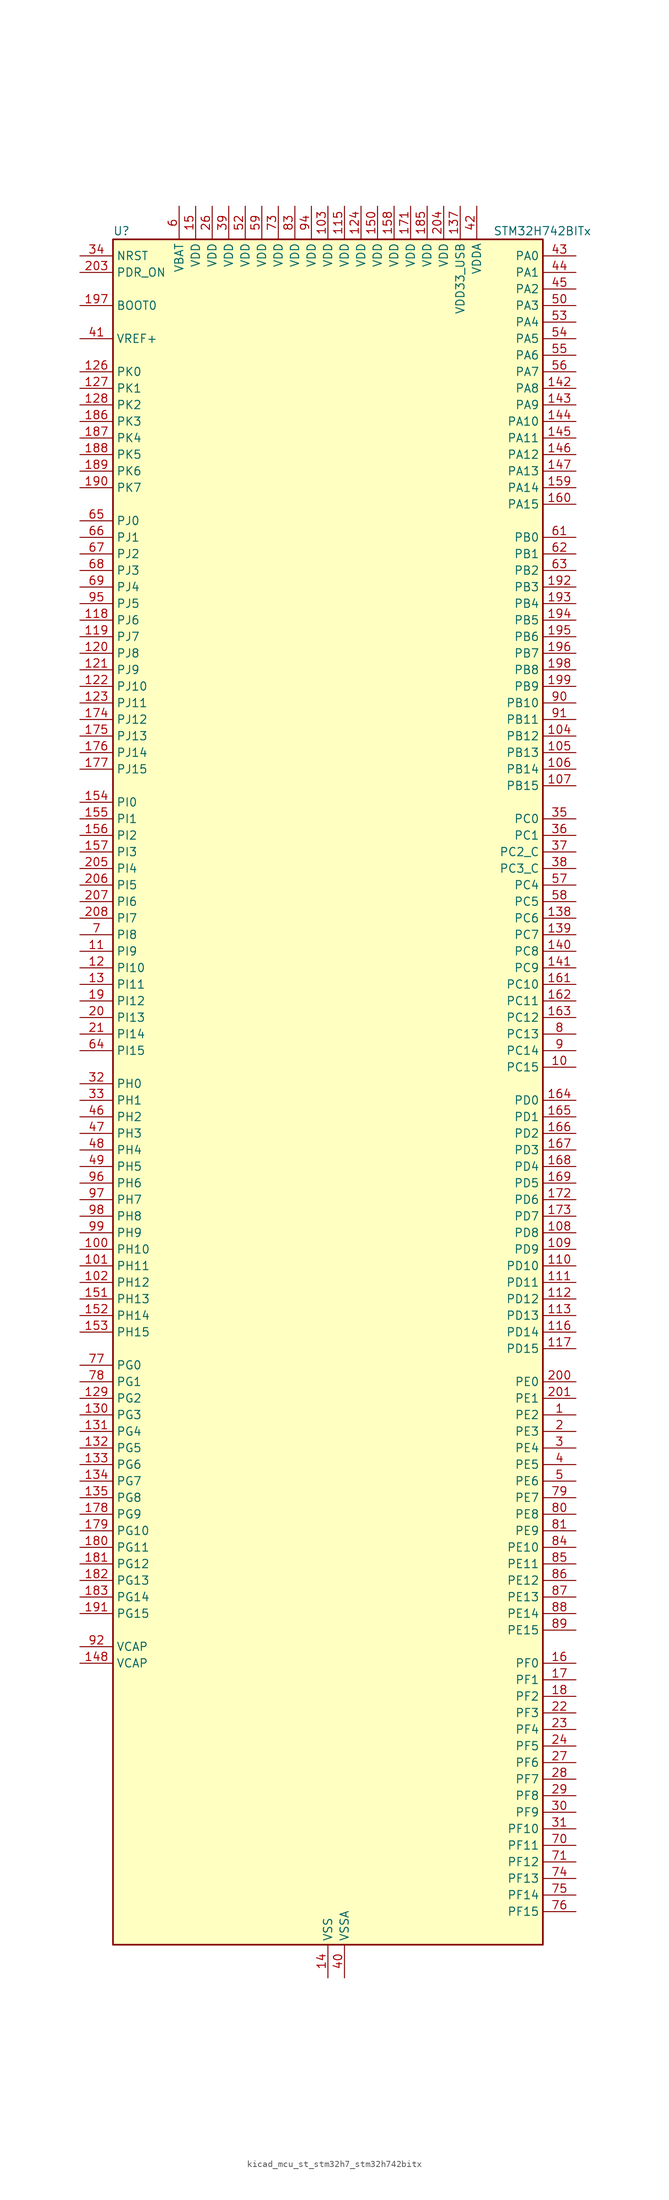
<source format=kicad_sym>
(kicad_symbol_lib
  (version 20220914)
  (generator kicad_symbol_editor)
  (symbol "kicad_mcu_st_stm32h7_stm32h742bitx"
    (property "Reference" "U"
      (at -33.02 133.35 0)
      (effects (font (size 1.27 1.27)) (justify left)))
    (property "Value" "STM32H742BITx"
      (at 25.4 133.35 0)
      (effects (font (size 1.27 1.27)) (justify left)))
    (property "ki_locked" ""
      (at 0 0 0)
      (effects (font (size 1.27 1.27))))
    (symbol "kicad_mcu_st_stm32h7_stm32h742bitx_0_1"
      (rectangle (start -33.02 -129.54) (end 33.02 132.08) (stroke (width 0.254) (type default)) (fill (type background))))
    (symbol "kicad_mcu_st_stm32h7_stm32h742bitx_1_1"
      (pin bidirectional line (at 38.1 -48.26 180) (length 5.08) (name "PE2" (effects (font (size 1.27 1.27)))) (number "1" (effects (font (size 1.27 1.27)))) (alternate "DEBUG_TRACECLK" bidirectional line) (alternate "ETH_TXD3" bidirectional line) (alternate "FMC_A23" bidirectional line) (alternate "QUADSPI_BK1_IO2" bidirectional line) (alternate "SAI1_CK1" bidirectional line) (alternate "SAI1_MCLK_A" bidirectional line) (alternate "SAI4_CK1" bidirectional line) (alternate "SAI4_MCLK_A" bidirectional line) (alternate "SPI4_SCK" bidirectional line))
      (pin bidirectional line (at 38.1 5.08 180) (length 5.08) (name "PC15" (effects (font (size 1.27 1.27)))) (number "10" (effects (font (size 1.27 1.27)))) (alternate "ADC1_EXTI15" bidirectional line) (alternate "ADC2_EXTI15" bidirectional line) (alternate "ADC3_EXTI15" bidirectional line) (alternate "RCC_OSC32_OUT" bidirectional line))
      (pin bidirectional line (at -38.1 -22.86 0) (length 5.08) (name "PH10" (effects (font (size 1.27 1.27)))) (number "100" (effects (font (size 1.27 1.27)))) (alternate "DCMI_D1" bidirectional line) (alternate "FMC_D18" bidirectional line) (alternate "I2C4_SMBA" bidirectional line) (alternate "TIM5_CH1" bidirectional line))
      (pin bidirectional line (at -38.1 -25.4 0) (length 5.08) (name "PH11" (effects (font (size 1.27 1.27)))) (number "101" (effects (font (size 1.27 1.27)))) (alternate "ADC1_EXTI11" bidirectional line) (alternate "ADC2_EXTI11" bidirectional line) (alternate "ADC3_EXTI11" bidirectional line) (alternate "DCMI_D2" bidirectional line) (alternate "FMC_D19" bidirectional line) (alternate "I2C4_SCL" bidirectional line) (alternate "TIM5_CH2" bidirectional line))
      (pin bidirectional line (at -38.1 -27.94 0) (length 5.08) (name "PH12" (effects (font (size 1.27 1.27)))) (number "102" (effects (font (size 1.27 1.27)))) (alternate "DCMI_D3" bidirectional line) (alternate "FMC_D20" bidirectional line) (alternate "I2C4_SDA" bidirectional line) (alternate "TIM5_CH3" bidirectional line))
      (pin power_in line (at 0 137.16 270) (length 5.08) (name "VDD" (effects (font (size 1.27 1.27)))) (number "103" (effects (font (size 1.27 1.27)))))
      (pin bidirectional line (at 38.1 55.88 180) (length 5.08) (name "PB12" (effects (font (size 1.27 1.27)))) (number "104" (effects (font (size 1.27 1.27)))) (alternate "DFSDM1_DATIN1" bidirectional line) (alternate "ETH_TXD0" bidirectional line) (alternate "FDCAN2_RX" bidirectional line) (alternate "I2C2_SMBA" bidirectional line) (alternate "I2S2_WS" bidirectional line) (alternate "SPI2_NSS" bidirectional line) (alternate "TIM1_BKIN" bidirectional line) (alternate "TIM1_BKIN_COMP1" bidirectional line) (alternate "TIM1_BKIN_COMP2" bidirectional line) (alternate "UART5_RX" bidirectional line) (alternate "USART3_CK" bidirectional line) (alternate "USB_OTG_HS_ID" bidirectional line) (alternate "USB_OTG_HS_ULPI_D5" bidirectional line))
      (pin bidirectional line (at 38.1 53.34 180) (length 5.08) (name "PB13" (effects (font (size 1.27 1.27)))) (number "105" (effects (font (size 1.27 1.27)))) (alternate "DFSDM1_CKIN1" bidirectional line) (alternate "ETH_TXD1" bidirectional line) (alternate "FDCAN2_TX" bidirectional line) (alternate "I2S2_CK" bidirectional line) (alternate "LPTIM2_OUT" bidirectional line) (alternate "SPI2_SCK" bidirectional line) (alternate "TIM1_CH1N" bidirectional line) (alternate "UART5_TX" bidirectional line) (alternate "USART3_CTS" bidirectional line) (alternate "USART3_NSS" bidirectional line) (alternate "USB_OTG_HS_ULPI_D6" bidirectional line) (alternate "USB_OTG_HS_VBUS" bidirectional line))
      (pin bidirectional line (at 38.1 50.8 180) (length 5.08) (name "PB14" (effects (font (size 1.27 1.27)))) (number "106" (effects (font (size 1.27 1.27)))) (alternate "DFSDM1_DATIN2" bidirectional line) (alternate "I2S2_SDI" bidirectional line) (alternate "SDMMC2_D0" bidirectional line) (alternate "SPI2_MISO" bidirectional line) (alternate "TIM12_CH1" bidirectional line) (alternate "TIM1_CH2N" bidirectional line) (alternate "TIM8_CH2N" bidirectional line) (alternate "UART4_DE" bidirectional line) (alternate "UART4_RTS" bidirectional line) (alternate "USART1_TX" bidirectional line) (alternate "USART3_DE" bidirectional line) (alternate "USART3_RTS" bidirectional line) (alternate "USB_OTG_HS_DM" bidirectional line))
      (pin bidirectional line (at 38.1 48.26 180) (length 5.08) (name "PB15" (effects (font (size 1.27 1.27)))) (number "107" (effects (font (size 1.27 1.27)))) (alternate "ADC1_EXTI15" bidirectional line) (alternate "ADC2_EXTI15" bidirectional line) (alternate "ADC3_EXTI15" bidirectional line) (alternate "DFSDM1_CKIN2" bidirectional line) (alternate "I2S2_SDO" bidirectional line) (alternate "RTC_REFIN" bidirectional line) (alternate "SDMMC2_D1" bidirectional line) (alternate "SPI2_MOSI" bidirectional line) (alternate "TIM12_CH2" bidirectional line) (alternate "TIM1_CH3N" bidirectional line) (alternate "TIM8_CH3N" bidirectional line) (alternate "UART4_CTS" bidirectional line) (alternate "USART1_RX" bidirectional line) (alternate "USB_OTG_HS_DP" bidirectional line))
      (pin bidirectional line (at 38.1 -20.32 180) (length 5.08) (name "PD8" (effects (font (size 1.27 1.27)))) (number "108" (effects (font (size 1.27 1.27)))) (alternate "DFSDM1_CKIN3" bidirectional line) (alternate "FMC_D13" bidirectional line) (alternate "FMC_DA13" bidirectional line) (alternate "SAI3_SCK_B" bidirectional line) (alternate "SPDIFRX1_IN1" bidirectional line) (alternate "USART3_TX" bidirectional line))
      (pin bidirectional line (at 38.1 -22.86 180) (length 5.08) (name "PD9" (effects (font (size 1.27 1.27)))) (number "109" (effects (font (size 1.27 1.27)))) (alternate "DAC1_EXTI9" bidirectional line) (alternate "DFSDM1_DATIN3" bidirectional line) (alternate "FMC_D14" bidirectional line) (alternate "FMC_DA14" bidirectional line) (alternate "SAI3_SD_B" bidirectional line) (alternate "USART3_RX" bidirectional line))
      (pin bidirectional line (at -38.1 22.86 0) (length 5.08) (name "PI9" (effects (font (size 1.27 1.27)))) (number "11" (effects (font (size 1.27 1.27)))) (alternate "DAC1_EXTI9" bidirectional line) (alternate "FDCAN1_RX" bidirectional line) (alternate "FMC_D30" bidirectional line) (alternate "UART4_RX" bidirectional line))
      (pin bidirectional line (at 38.1 -25.4 180) (length 5.08) (name "PD10" (effects (font (size 1.27 1.27)))) (number "110" (effects (font (size 1.27 1.27)))) (alternate "DFSDM1_CKOUT" bidirectional line) (alternate "FMC_D15" bidirectional line) (alternate "FMC_DA15" bidirectional line) (alternate "SAI3_FS_B" bidirectional line) (alternate "USART3_CK" bidirectional line))
      (pin bidirectional line (at 38.1 -27.94 180) (length 5.08) (name "PD11" (effects (font (size 1.27 1.27)))) (number "111" (effects (font (size 1.27 1.27)))) (alternate "ADC1_EXTI11" bidirectional line) (alternate "ADC2_EXTI11" bidirectional line) (alternate "ADC3_EXTI11" bidirectional line) (alternate "FMC_A16" bidirectional line) (alternate "FMC_CLE" bidirectional line) (alternate "I2C4_SMBA" bidirectional line) (alternate "LPTIM2_IN2" bidirectional line) (alternate "QUADSPI_BK1_IO0" bidirectional line) (alternate "SAI2_SD_A" bidirectional line) (alternate "USART3_CTS" bidirectional line) (alternate "USART3_NSS" bidirectional line))
      (pin bidirectional line (at 38.1 -30.48 180) (length 5.08) (name "PD12" (effects (font (size 1.27 1.27)))) (number "112" (effects (font (size 1.27 1.27)))) (alternate "FMC_A17" bidirectional line) (alternate "FMC_ALE" bidirectional line) (alternate "I2C4_SCL" bidirectional line) (alternate "LPTIM1_IN1" bidirectional line) (alternate "LPTIM2_IN1" bidirectional line) (alternate "QUADSPI_BK1_IO1" bidirectional line) (alternate "SAI2_FS_A" bidirectional line) (alternate "TIM4_CH1" bidirectional line) (alternate "USART3_DE" bidirectional line) (alternate "USART3_RTS" bidirectional line))
      (pin bidirectional line (at 38.1 -33.02 180) (length 5.08) (name "PD13" (effects (font (size 1.27 1.27)))) (number "113" (effects (font (size 1.27 1.27)))) (alternate "FMC_A18" bidirectional line) (alternate "I2C4_SDA" bidirectional line) (alternate "LPTIM1_OUT" bidirectional line) (alternate "QUADSPI_BK1_IO3" bidirectional line) (alternate "SAI2_SCK_A" bidirectional line) (alternate "TIM4_CH2" bidirectional line))
      (pin passive line (at 0 -134.62 90) (length 5.08) hide (name "VSS" (effects (font (size 1.27 1.27)))) (number "114" (effects (font (size 1.27 1.27)))))
      (pin power_in line (at 2.54 137.16 270) (length 5.08) (name "VDD" (effects (font (size 1.27 1.27)))) (number "115" (effects (font (size 1.27 1.27)))))
      (pin bidirectional line (at 38.1 -35.56 180) (length 5.08) (name "PD14" (effects (font (size 1.27 1.27)))) (number "116" (effects (font (size 1.27 1.27)))) (alternate "FMC_D0" bidirectional line) (alternate "FMC_DA0" bidirectional line) (alternate "SAI3_MCLK_B" bidirectional line) (alternate "TIM4_CH3" bidirectional line) (alternate "UART8_CTS" bidirectional line))
      (pin bidirectional line (at 38.1 -38.1 180) (length 5.08) (name "PD15" (effects (font (size 1.27 1.27)))) (number "117" (effects (font (size 1.27 1.27)))) (alternate "ADC1_EXTI15" bidirectional line) (alternate "ADC2_EXTI15" bidirectional line) (alternate "ADC3_EXTI15" bidirectional line) (alternate "FMC_D1" bidirectional line) (alternate "FMC_DA1" bidirectional line) (alternate "SAI3_MCLK_A" bidirectional line) (alternate "TIM4_CH4" bidirectional line) (alternate "UART8_DE" bidirectional line) (alternate "UART8_RTS" bidirectional line))
      (pin bidirectional line (at -38.1 73.66 0) (length 5.08) (name "PJ6" (effects (font (size 1.27 1.27)))) (number "118" (effects (font (size 1.27 1.27)))) (alternate "TIM8_CH2" bidirectional line))
      (pin bidirectional line (at -38.1 71.12 0) (length 5.08) (name "PJ7" (effects (font (size 1.27 1.27)))) (number "119" (effects (font (size 1.27 1.27)))) (alternate "DEBUG_TRGIN" bidirectional line) (alternate "TIM8_CH2N" bidirectional line))
      (pin bidirectional line (at -38.1 20.32 0) (length 5.08) (name "PI10" (effects (font (size 1.27 1.27)))) (number "12" (effects (font (size 1.27 1.27)))) (alternate "ETH_RX_ER" bidirectional line) (alternate "FMC_D31" bidirectional line))
      (pin bidirectional line (at -38.1 68.58 0) (length 5.08) (name "PJ8" (effects (font (size 1.27 1.27)))) (number "120" (effects (font (size 1.27 1.27)))) (alternate "TIM1_CH3N" bidirectional line) (alternate "TIM8_CH1" bidirectional line) (alternate "UART8_TX" bidirectional line))
      (pin bidirectional line (at -38.1 66.04 0) (length 5.08) (name "PJ9" (effects (font (size 1.27 1.27)))) (number "121" (effects (font (size 1.27 1.27)))) (alternate "DAC1_EXTI9" bidirectional line) (alternate "TIM1_CH3" bidirectional line) (alternate "TIM8_CH1N" bidirectional line) (alternate "UART8_RX" bidirectional line))
      (pin bidirectional line (at -38.1 63.5 0) (length 5.08) (name "PJ10" (effects (font (size 1.27 1.27)))) (number "122" (effects (font (size 1.27 1.27)))) (alternate "SPI5_MOSI" bidirectional line) (alternate "TIM1_CH2N" bidirectional line) (alternate "TIM8_CH2" bidirectional line))
      (pin bidirectional line (at -38.1 60.96 0) (length 5.08) (name "PJ11" (effects (font (size 1.27 1.27)))) (number "123" (effects (font (size 1.27 1.27)))) (alternate "ADC1_EXTI11" bidirectional line) (alternate "ADC2_EXTI11" bidirectional line) (alternate "ADC3_EXTI11" bidirectional line) (alternate "SPI5_MISO" bidirectional line) (alternate "TIM1_CH2" bidirectional line) (alternate "TIM8_CH2N" bidirectional line))
      (pin power_in line (at 5.08 137.16 270) (length 5.08) (name "VDD" (effects (font (size 1.27 1.27)))) (number "124" (effects (font (size 1.27 1.27)))))
      (pin passive line (at 0 -134.62 90) (length 5.08) hide (name "VSS" (effects (font (size 1.27 1.27)))) (number "125" (effects (font (size 1.27 1.27)))))
      (pin bidirectional line (at -38.1 111.76 0) (length 5.08) (name "PK0" (effects (font (size 1.27 1.27)))) (number "126" (effects (font (size 1.27 1.27)))) (alternate "SPI5_SCK" bidirectional line) (alternate "TIM1_CH1N" bidirectional line) (alternate "TIM8_CH3" bidirectional line))
      (pin bidirectional line (at -38.1 109.22 0) (length 5.08) (name "PK1" (effects (font (size 1.27 1.27)))) (number "127" (effects (font (size 1.27 1.27)))) (alternate "SPI5_NSS" bidirectional line) (alternate "TIM1_CH1" bidirectional line) (alternate "TIM8_CH3N" bidirectional line))
      (pin bidirectional line (at -38.1 106.68 0) (length 5.08) (name "PK2" (effects (font (size 1.27 1.27)))) (number "128" (effects (font (size 1.27 1.27)))) (alternate "TIM1_BKIN" bidirectional line) (alternate "TIM1_BKIN_COMP1" bidirectional line) (alternate "TIM1_BKIN_COMP2" bidirectional line) (alternate "TIM8_BKIN" bidirectional line) (alternate "TIM8_BKIN_COMP1" bidirectional line) (alternate "TIM8_BKIN_COMP2" bidirectional line))
      (pin bidirectional line (at -38.1 -45.72 0) (length 5.08) (name "PG2" (effects (font (size 1.27 1.27)))) (number "129" (effects (font (size 1.27 1.27)))) (alternate "FMC_A12" bidirectional line) (alternate "TIM8_BKIN" bidirectional line) (alternate "TIM8_BKIN_COMP1" bidirectional line) (alternate "TIM8_BKIN_COMP2" bidirectional line))
      (pin bidirectional line (at -38.1 17.78 0) (length 5.08) (name "PI11" (effects (font (size 1.27 1.27)))) (number "13" (effects (font (size 1.27 1.27)))) (alternate "ADC1_EXTI11" bidirectional line) (alternate "ADC2_EXTI11" bidirectional line) (alternate "ADC3_EXTI11" bidirectional line) (alternate "PWR_WKUP4" bidirectional line) (alternate "USB_OTG_HS_ULPI_DIR" bidirectional line))
      (pin bidirectional line (at -38.1 -48.26 0) (length 5.08) (name "PG3" (effects (font (size 1.27 1.27)))) (number "130" (effects (font (size 1.27 1.27)))) (alternate "FMC_A13" bidirectional line) (alternate "TIM8_BKIN2" bidirectional line) (alternate "TIM8_BKIN2_COMP1" bidirectional line) (alternate "TIM8_BKIN2_COMP2" bidirectional line))
      (pin bidirectional line (at -38.1 -50.8 0) (length 5.08) (name "PG4" (effects (font (size 1.27 1.27)))) (number "131" (effects (font (size 1.27 1.27)))) (alternate "FMC_A14" bidirectional line) (alternate "FMC_BA0" bidirectional line) (alternate "TIM1_BKIN2" bidirectional line) (alternate "TIM1_BKIN2_COMP1" bidirectional line) (alternate "TIM1_BKIN2_COMP2" bidirectional line))
      (pin bidirectional line (at -38.1 -53.34 0) (length 5.08) (name "PG5" (effects (font (size 1.27 1.27)))) (number "132" (effects (font (size 1.27 1.27)))) (alternate "FMC_A15" bidirectional line) (alternate "FMC_BA1" bidirectional line) (alternate "TIM1_ETR" bidirectional line))
      (pin bidirectional line (at -38.1 -55.88 0) (length 5.08) (name "PG6" (effects (font (size 1.27 1.27)))) (number "133" (effects (font (size 1.27 1.27)))) (alternate "DCMI_D12" bidirectional line) (alternate "FMC_NE3" bidirectional line) (alternate "HRTIM_CHE1" bidirectional line) (alternate "QUADSPI_BK1_NCS" bidirectional line) (alternate "TIM17_BKIN" bidirectional line))
      (pin bidirectional line (at -38.1 -58.42 0) (length 5.08) (name "PG7" (effects (font (size 1.27 1.27)))) (number "134" (effects (font (size 1.27 1.27)))) (alternate "DCMI_D13" bidirectional line) (alternate "FMC_INT" bidirectional line) (alternate "HRTIM_CHE2" bidirectional line) (alternate "SAI1_MCLK_A" bidirectional line) (alternate "USART6_CK" bidirectional line))
      (pin bidirectional line (at -38.1 -60.96 0) (length 5.08) (name "PG8" (effects (font (size 1.27 1.27)))) (number "135" (effects (font (size 1.27 1.27)))) (alternate "ETH_PPS_OUT" bidirectional line) (alternate "FMC_SDCLK" bidirectional line) (alternate "SPDIFRX1_IN2" bidirectional line) (alternate "SPI6_NSS" bidirectional line) (alternate "TIM8_ETR" bidirectional line) (alternate "USART6_DE" bidirectional line) (alternate "USART6_RTS" bidirectional line))
      (pin passive line (at 0 -134.62 90) (length 5.08) hide (name "VSS" (effects (font (size 1.27 1.27)))) (number "136" (effects (font (size 1.27 1.27)))))
      (pin power_in line (at 20.32 137.16 270) (length 5.08) (name "VDD33_USB" (effects (font (size 1.27 1.27)))) (number "137" (effects (font (size 1.27 1.27)))))
      (pin bidirectional line (at 38.1 27.94 180) (length 5.08) (name "PC6" (effects (font (size 1.27 1.27)))) (number "138" (effects (font (size 1.27 1.27)))) (alternate "DCMI_D0" bidirectional line) (alternate "DFSDM1_CKIN3" bidirectional line) (alternate "FMC_NWAIT" bidirectional line) (alternate "HRTIM_CHA1" bidirectional line) (alternate "I2S2_MCK" bidirectional line) (alternate "SDMMC1_D0DIR" bidirectional line) (alternate "SDMMC1_D6" bidirectional line) (alternate "SDMMC2_D6" bidirectional line) (alternate "SWPMI1_IO" bidirectional line) (alternate "TIM3_CH1" bidirectional line) (alternate "TIM8_CH1" bidirectional line) (alternate "USART6_TX" bidirectional line))
      (pin bidirectional line (at 38.1 25.4 180) (length 5.08) (name "PC7" (effects (font (size 1.27 1.27)))) (number "139" (effects (font (size 1.27 1.27)))) (alternate "DCMI_D1" bidirectional line) (alternate "DEBUG_TRGIO" bidirectional line) (alternate "DFSDM1_DATIN3" bidirectional line) (alternate "FMC_NE1" bidirectional line) (alternate "HRTIM_CHA2" bidirectional line) (alternate "I2S3_MCK" bidirectional line) (alternate "SDMMC1_D123DIR" bidirectional line) (alternate "SDMMC1_D7" bidirectional line) (alternate "SDMMC2_D7" bidirectional line) (alternate "SWPMI1_TX" bidirectional line) (alternate "TIM3_CH2" bidirectional line) (alternate "TIM8_CH2" bidirectional line) (alternate "USART6_RX" bidirectional line))
      (pin power_in line (at 0 -134.62 90) (length 5.08) (name "VSS" (effects (font (size 1.27 1.27)))) (number "14" (effects (font (size 1.27 1.27)))))
      (pin bidirectional line (at 38.1 22.86 180) (length 5.08) (name "PC8" (effects (font (size 1.27 1.27)))) (number "140" (effects (font (size 1.27 1.27)))) (alternate "DCMI_D2" bidirectional line) (alternate "DEBUG_TRACED1" bidirectional line) (alternate "FMC_NCE" bidirectional line) (alternate "FMC_NE2" bidirectional line) (alternate "HRTIM_CHB1" bidirectional line) (alternate "SDMMC1_D0" bidirectional line) (alternate "SWPMI1_RX" bidirectional line) (alternate "TIM3_CH3" bidirectional line) (alternate "TIM8_CH3" bidirectional line) (alternate "UART5_DE" bidirectional line) (alternate "UART5_RTS" bidirectional line) (alternate "USART6_CK" bidirectional line))
      (pin bidirectional line (at 38.1 20.32 180) (length 5.08) (name "PC9" (effects (font (size 1.27 1.27)))) (number "141" (effects (font (size 1.27 1.27)))) (alternate "DAC1_EXTI9" bidirectional line) (alternate "DCMI_D3" bidirectional line) (alternate "I2C3_SDA" bidirectional line) (alternate "I2S_CKIN" bidirectional line) (alternate "QUADSPI_BK1_IO0" bidirectional line) (alternate "RCC_MCO_2" bidirectional line) (alternate "SDMMC1_D1" bidirectional line) (alternate "SWPMI1_SUSPEND" bidirectional line) (alternate "TIM3_CH4" bidirectional line) (alternate "TIM8_CH4" bidirectional line) (alternate "UART5_CTS" bidirectional line))
      (pin bidirectional line (at 38.1 109.22 180) (length 5.08) (name "PA8" (effects (font (size 1.27 1.27)))) (number "142" (effects (font (size 1.27 1.27)))) (alternate "HRTIM_CHB2" bidirectional line) (alternate "I2C3_SCL" bidirectional line) (alternate "RCC_MCO_1" bidirectional line) (alternate "TIM1_CH1" bidirectional line) (alternate "TIM8_BKIN2" bidirectional line) (alternate "TIM8_BKIN2_COMP1" bidirectional line) (alternate "TIM8_BKIN2_COMP2" bidirectional line) (alternate "UART7_RX" bidirectional line) (alternate "USART1_CK" bidirectional line) (alternate "USB_OTG_FS_SOF" bidirectional line))
      (pin bidirectional line (at 38.1 106.68 180) (length 5.08) (name "PA9" (effects (font (size 1.27 1.27)))) (number "143" (effects (font (size 1.27 1.27)))) (alternate "DAC1_EXTI9" bidirectional line) (alternate "DCMI_D0" bidirectional line) (alternate "HRTIM_CHC1" bidirectional line) (alternate "I2C3_SMBA" bidirectional line) (alternate "I2S2_CK" bidirectional line) (alternate "LPUART1_TX" bidirectional line) (alternate "SPI2_SCK" bidirectional line) (alternate "TIM1_CH2" bidirectional line) (alternate "USART1_TX" bidirectional line) (alternate "USB_OTG_FS_VBUS" bidirectional line))
      (pin bidirectional line (at 38.1 104.14 180) (length 5.08) (name "PA10" (effects (font (size 1.27 1.27)))) (number "144" (effects (font (size 1.27 1.27)))) (alternate "DCMI_D1" bidirectional line) (alternate "HRTIM_CHC2" bidirectional line) (alternate "LPUART1_RX" bidirectional line) (alternate "MDIOS_MDIO" bidirectional line) (alternate "TIM1_CH3" bidirectional line) (alternate "USART1_RX" bidirectional line) (alternate "USB_OTG_FS_ID" bidirectional line))
      (pin bidirectional line (at 38.1 101.6 180) (length 5.08) (name "PA11" (effects (font (size 1.27 1.27)))) (number "145" (effects (font (size 1.27 1.27)))) (alternate "ADC1_EXTI11" bidirectional line) (alternate "ADC2_EXTI11" bidirectional line) (alternate "ADC3_EXTI11" bidirectional line) (alternate "FDCAN1_RX" bidirectional line) (alternate "HRTIM_CHD1" bidirectional line) (alternate "I2S2_WS" bidirectional line) (alternate "LPUART1_CTS" bidirectional line) (alternate "SPI2_NSS" bidirectional line) (alternate "TIM1_CH4" bidirectional line) (alternate "UART4_RX" bidirectional line) (alternate "USART1_CTS" bidirectional line) (alternate "USART1_NSS" bidirectional line) (alternate "USB_OTG_FS_DM" bidirectional line))
      (pin bidirectional line (at 38.1 99.06 180) (length 5.08) (name "PA12" (effects (font (size 1.27 1.27)))) (number "146" (effects (font (size 1.27 1.27)))) (alternate "FDCAN1_TX" bidirectional line) (alternate "HRTIM_CHD2" bidirectional line) (alternate "I2S2_CK" bidirectional line) (alternate "LPUART1_DE" bidirectional line) (alternate "LPUART1_RTS" bidirectional line) (alternate "SAI2_FS_B" bidirectional line) (alternate "SPI2_SCK" bidirectional line) (alternate "TIM1_ETR" bidirectional line) (alternate "UART4_TX" bidirectional line) (alternate "USART1_DE" bidirectional line) (alternate "USART1_RTS" bidirectional line) (alternate "USB_OTG_FS_DP" bidirectional line))
      (pin bidirectional line (at 38.1 96.52 180) (length 5.08) (name "PA13" (effects (font (size 1.27 1.27)))) (number "147" (effects (font (size 1.27 1.27)))) (alternate "DEBUG_JTMS-SWDIO" bidirectional line))
      (pin power_out line (at -38.1 -86.36 0) (length 5.08) (name "VCAP" (effects (font (size 1.27 1.27)))) (number "148" (effects (font (size 1.27 1.27)))))
      (pin passive line (at 0 -134.62 90) (length 5.08) hide (name "VSS" (effects (font (size 1.27 1.27)))) (number "149" (effects (font (size 1.27 1.27)))))
      (pin power_in line (at -20.32 137.16 270) (length 5.08) (name "VDD" (effects (font (size 1.27 1.27)))) (number "15" (effects (font (size 1.27 1.27)))))
      (pin power_in line (at 7.62 137.16 270) (length 5.08) (name "VDD" (effects (font (size 1.27 1.27)))) (number "150" (effects (font (size 1.27 1.27)))))
      (pin bidirectional line (at -38.1 -30.48 0) (length 5.08) (name "PH13" (effects (font (size 1.27 1.27)))) (number "151" (effects (font (size 1.27 1.27)))) (alternate "FDCAN1_TX" bidirectional line) (alternate "FMC_D21" bidirectional line) (alternate "TIM8_CH1N" bidirectional line) (alternate "UART4_TX" bidirectional line))
      (pin bidirectional line (at -38.1 -33.02 0) (length 5.08) (name "PH14" (effects (font (size 1.27 1.27)))) (number "152" (effects (font (size 1.27 1.27)))) (alternate "DCMI_D4" bidirectional line) (alternate "FDCAN1_RX" bidirectional line) (alternate "FMC_D22" bidirectional line) (alternate "TIM8_CH2N" bidirectional line) (alternate "UART4_RX" bidirectional line))
      (pin bidirectional line (at -38.1 -35.56 0) (length 5.08) (name "PH15" (effects (font (size 1.27 1.27)))) (number "153" (effects (font (size 1.27 1.27)))) (alternate "ADC1_EXTI15" bidirectional line) (alternate "ADC2_EXTI15" bidirectional line) (alternate "ADC3_EXTI15" bidirectional line) (alternate "DCMI_D11" bidirectional line) (alternate "FMC_D23" bidirectional line) (alternate "TIM8_CH3N" bidirectional line))
      (pin bidirectional line (at -38.1 45.72 0) (length 5.08) (name "PI0" (effects (font (size 1.27 1.27)))) (number "154" (effects (font (size 1.27 1.27)))) (alternate "DCMI_D13" bidirectional line) (alternate "FMC_D24" bidirectional line) (alternate "I2S2_WS" bidirectional line) (alternate "SPI2_NSS" bidirectional line) (alternate "TIM5_CH4" bidirectional line))
      (pin bidirectional line (at -38.1 43.18 0) (length 5.08) (name "PI1" (effects (font (size 1.27 1.27)))) (number "155" (effects (font (size 1.27 1.27)))) (alternate "DCMI_D8" bidirectional line) (alternate "FMC_D25" bidirectional line) (alternate "I2S2_CK" bidirectional line) (alternate "SPI2_SCK" bidirectional line) (alternate "TIM8_BKIN2" bidirectional line) (alternate "TIM8_BKIN2_COMP1" bidirectional line) (alternate "TIM8_BKIN2_COMP2" bidirectional line))
      (pin bidirectional line (at -38.1 40.64 0) (length 5.08) (name "PI2" (effects (font (size 1.27 1.27)))) (number "156" (effects (font (size 1.27 1.27)))) (alternate "DCMI_D9" bidirectional line) (alternate "FMC_D26" bidirectional line) (alternate "I2S2_SDI" bidirectional line) (alternate "SPI2_MISO" bidirectional line) (alternate "TIM8_CH4" bidirectional line))
      (pin bidirectional line (at -38.1 38.1 0) (length 5.08) (name "PI3" (effects (font (size 1.27 1.27)))) (number "157" (effects (font (size 1.27 1.27)))) (alternate "DCMI_D10" bidirectional line) (alternate "FMC_D27" bidirectional line) (alternate "I2S2_SDO" bidirectional line) (alternate "SPI2_MOSI" bidirectional line) (alternate "TIM8_ETR" bidirectional line))
      (pin power_in line (at 10.16 137.16 270) (length 5.08) (name "VDD" (effects (font (size 1.27 1.27)))) (number "158" (effects (font (size 1.27 1.27)))))
      (pin bidirectional line (at 38.1 93.98 180) (length 5.08) (name "PA14" (effects (font (size 1.27 1.27)))) (number "159" (effects (font (size 1.27 1.27)))) (alternate "DEBUG_JTCK-SWCLK" bidirectional line))
      (pin bidirectional line (at 38.1 -86.36 180) (length 5.08) (name "PF0" (effects (font (size 1.27 1.27)))) (number "16" (effects (font (size 1.27 1.27)))) (alternate "FMC_A0" bidirectional line) (alternate "I2C2_SDA" bidirectional line))
      (pin bidirectional line (at 38.1 91.44 180) (length 5.08) (name "PA15" (effects (font (size 1.27 1.27)))) (number "160" (effects (font (size 1.27 1.27)))) (alternate "ADC1_EXTI15" bidirectional line) (alternate "ADC2_EXTI15" bidirectional line) (alternate "ADC3_EXTI15" bidirectional line) (alternate "CEC" bidirectional line) (alternate "DEBUG_JTDI" bidirectional line) (alternate "HRTIM_FLT1" bidirectional line) (alternate "I2S1_WS" bidirectional line) (alternate "I2S3_WS" bidirectional line) (alternate "SPI1_NSS" bidirectional line) (alternate "SPI3_NSS" bidirectional line) (alternate "SPI6_NSS" bidirectional line) (alternate "TIM2_CH1" bidirectional line) (alternate "TIM2_ETR" bidirectional line) (alternate "UART4_DE" bidirectional line) (alternate "UART4_RTS" bidirectional line) (alternate "UART7_TX" bidirectional line))
      (pin bidirectional line (at 38.1 17.78 180) (length 5.08) (name "PC10" (effects (font (size 1.27 1.27)))) (number "161" (effects (font (size 1.27 1.27)))) (alternate "DCMI_D8" bidirectional line) (alternate "DFSDM1_CKIN5" bidirectional line) (alternate "HRTIM_EEV1" bidirectional line) (alternate "I2S3_CK" bidirectional line) (alternate "QUADSPI_BK1_IO1" bidirectional line) (alternate "SDMMC1_D2" bidirectional line) (alternate "SPI3_SCK" bidirectional line) (alternate "UART4_TX" bidirectional line) (alternate "USART3_TX" bidirectional line))
      (pin bidirectional line (at 38.1 15.24 180) (length 5.08) (name "PC11" (effects (font (size 1.27 1.27)))) (number "162" (effects (font (size 1.27 1.27)))) (alternate "ADC1_EXTI11" bidirectional line) (alternate "ADC2_EXTI11" bidirectional line) (alternate "ADC3_EXTI11" bidirectional line) (alternate "DCMI_D4" bidirectional line) (alternate "DFSDM1_DATIN5" bidirectional line) (alternate "HRTIM_FLT2" bidirectional line) (alternate "I2S3_SDI" bidirectional line) (alternate "QUADSPI_BK2_NCS" bidirectional line) (alternate "SDMMC1_D3" bidirectional line) (alternate "SPI3_MISO" bidirectional line) (alternate "UART4_RX" bidirectional line) (alternate "USART3_RX" bidirectional line))
      (pin bidirectional line (at 38.1 12.7 180) (length 5.08) (name "PC12" (effects (font (size 1.27 1.27)))) (number "163" (effects (font (size 1.27 1.27)))) (alternate "DCMI_D9" bidirectional line) (alternate "DEBUG_TRACED3" bidirectional line) (alternate "HRTIM_EEV2" bidirectional line) (alternate "I2S3_SDO" bidirectional line) (alternate "SDMMC1_CK" bidirectional line) (alternate "SPI3_MOSI" bidirectional line) (alternate "UART5_TX" bidirectional line) (alternate "USART3_CK" bidirectional line))
      (pin bidirectional line (at 38.1 0 180) (length 5.08) (name "PD0" (effects (font (size 1.27 1.27)))) (number "164" (effects (font (size 1.27 1.27)))) (alternate "DFSDM1_CKIN6" bidirectional line) (alternate "FDCAN1_RX" bidirectional line) (alternate "FMC_D2" bidirectional line) (alternate "FMC_DA2" bidirectional line) (alternate "SAI3_SCK_A" bidirectional line) (alternate "UART4_RX" bidirectional line))
      (pin bidirectional line (at 38.1 -2.54 180) (length 5.08) (name "PD1" (effects (font (size 1.27 1.27)))) (number "165" (effects (font (size 1.27 1.27)))) (alternate "DFSDM1_DATIN6" bidirectional line) (alternate "FDCAN1_TX" bidirectional line) (alternate "FMC_D3" bidirectional line) (alternate "FMC_DA3" bidirectional line) (alternate "SAI3_SD_A" bidirectional line) (alternate "UART4_TX" bidirectional line))
      (pin bidirectional line (at 38.1 -5.08 180) (length 5.08) (name "PD2" (effects (font (size 1.27 1.27)))) (number "166" (effects (font (size 1.27 1.27)))) (alternate "DCMI_D11" bidirectional line) (alternate "DEBUG_TRACED2" bidirectional line) (alternate "SDMMC1_CMD" bidirectional line) (alternate "TIM3_ETR" bidirectional line) (alternate "UART5_RX" bidirectional line))
      (pin bidirectional line (at 38.1 -7.62 180) (length 5.08) (name "PD3" (effects (font (size 1.27 1.27)))) (number "167" (effects (font (size 1.27 1.27)))) (alternate "DCMI_D5" bidirectional line) (alternate "DFSDM1_CKOUT" bidirectional line) (alternate "FMC_CLK" bidirectional line) (alternate "I2S2_CK" bidirectional line) (alternate "SPI2_SCK" bidirectional line) (alternate "USART2_CTS" bidirectional line) (alternate "USART2_NSS" bidirectional line))
      (pin bidirectional line (at 38.1 -10.16 180) (length 5.08) (name "PD4" (effects (font (size 1.27 1.27)))) (number "168" (effects (font (size 1.27 1.27)))) (alternate "FMC_NOE" bidirectional line) (alternate "HRTIM_FLT3" bidirectional line) (alternate "SAI3_FS_A" bidirectional line) (alternate "USART2_DE" bidirectional line) (alternate "USART2_RTS" bidirectional line))
      (pin bidirectional line (at 38.1 -12.7 180) (length 5.08) (name "PD5" (effects (font (size 1.27 1.27)))) (number "169" (effects (font (size 1.27 1.27)))) (alternate "FMC_NWE" bidirectional line) (alternate "HRTIM_EEV3" bidirectional line) (alternate "USART2_TX" bidirectional line))
      (pin bidirectional line (at 38.1 -88.9 180) (length 5.08) (name "PF1" (effects (font (size 1.27 1.27)))) (number "17" (effects (font (size 1.27 1.27)))) (alternate "FMC_A1" bidirectional line) (alternate "I2C2_SCL" bidirectional line))
      (pin passive line (at 0 -134.62 90) (length 5.08) hide (name "VSS" (effects (font (size 1.27 1.27)))) (number "170" (effects (font (size 1.27 1.27)))))
      (pin power_in line (at 12.7 137.16 270) (length 5.08) (name "VDD" (effects (font (size 1.27 1.27)))) (number "171" (effects (font (size 1.27 1.27)))))
      (pin bidirectional line (at 38.1 -15.24 180) (length 5.08) (name "PD6" (effects (font (size 1.27 1.27)))) (number "172" (effects (font (size 1.27 1.27)))) (alternate "DCMI_D10" bidirectional line) (alternate "DFSDM1_CKIN4" bidirectional line) (alternate "DFSDM1_DATIN1" bidirectional line) (alternate "FMC_NWAIT" bidirectional line) (alternate "I2S3_SDO" bidirectional line) (alternate "SAI1_D1" bidirectional line) (alternate "SAI1_SD_A" bidirectional line) (alternate "SAI4_D1" bidirectional line) (alternate "SAI4_SD_A" bidirectional line) (alternate "SDMMC2_CK" bidirectional line) (alternate "SPI3_MOSI" bidirectional line) (alternate "USART2_RX" bidirectional line))
      (pin bidirectional line (at 38.1 -17.78 180) (length 5.08) (name "PD7" (effects (font (size 1.27 1.27)))) (number "173" (effects (font (size 1.27 1.27)))) (alternate "DFSDM1_CKIN1" bidirectional line) (alternate "DFSDM1_DATIN4" bidirectional line) (alternate "FMC_NE1" bidirectional line) (alternate "I2S1_SDO" bidirectional line) (alternate "SDMMC2_CMD" bidirectional line) (alternate "SPDIFRX1_IN0" bidirectional line) (alternate "SPI1_MOSI" bidirectional line) (alternate "USART2_CK" bidirectional line))
      (pin bidirectional line (at -38.1 58.42 0) (length 5.08) (name "PJ12" (effects (font (size 1.27 1.27)))) (number "174" (effects (font (size 1.27 1.27)))) (alternate "DEBUG_TRGOUT" bidirectional line))
      (pin bidirectional line (at -38.1 55.88 0) (length 5.08) (name "PJ13" (effects (font (size 1.27 1.27)))) (number "175" (effects (font (size 1.27 1.27)))))
      (pin bidirectional line (at -38.1 53.34 0) (length 5.08) (name "PJ14" (effects (font (size 1.27 1.27)))) (number "176" (effects (font (size 1.27 1.27)))))
      (pin bidirectional line (at -38.1 50.8 0) (length 5.08) (name "PJ15" (effects (font (size 1.27 1.27)))) (number "177" (effects (font (size 1.27 1.27)))) (alternate "ADC1_EXTI15" bidirectional line) (alternate "ADC2_EXTI15" bidirectional line) (alternate "ADC3_EXTI15" bidirectional line))
      (pin bidirectional line (at -38.1 -63.5 0) (length 5.08) (name "PG9" (effects (font (size 1.27 1.27)))) (number "178" (effects (font (size 1.27 1.27)))) (alternate "DAC1_EXTI9" bidirectional line) (alternate "DCMI_VSYNC" bidirectional line) (alternate "FMC_NCE" bidirectional line) (alternate "FMC_NE2" bidirectional line) (alternate "I2S1_SDI" bidirectional line) (alternate "QUADSPI_BK2_IO2" bidirectional line) (alternate "SAI2_FS_B" bidirectional line) (alternate "SPDIFRX1_IN3" bidirectional line) (alternate "SPI1_MISO" bidirectional line) (alternate "USART6_RX" bidirectional line))
      (pin bidirectional line (at -38.1 -66.04 0) (length 5.08) (name "PG10" (effects (font (size 1.27 1.27)))) (number "179" (effects (font (size 1.27 1.27)))) (alternate "DCMI_D2" bidirectional line) (alternate "FMC_NE3" bidirectional line) (alternate "HRTIM_FLT5" bidirectional line) (alternate "I2S1_WS" bidirectional line) (alternate "SAI2_SD_B" bidirectional line) (alternate "SPI1_NSS" bidirectional line))
      (pin bidirectional line (at 38.1 -91.44 180) (length 5.08) (name "PF2" (effects (font (size 1.27 1.27)))) (number "18" (effects (font (size 1.27 1.27)))) (alternate "FMC_A2" bidirectional line) (alternate "I2C2_SMBA" bidirectional line))
      (pin bidirectional line (at -38.1 -68.58 0) (length 5.08) (name "PG11" (effects (font (size 1.27 1.27)))) (number "180" (effects (font (size 1.27 1.27)))) (alternate "ADC1_EXTI11" bidirectional line) (alternate "ADC2_EXTI11" bidirectional line) (alternate "ADC3_EXTI11" bidirectional line) (alternate "DCMI_D3" bidirectional line) (alternate "ETH_TX_EN" bidirectional line) (alternate "HRTIM_EEV4" bidirectional line) (alternate "I2S1_CK" bidirectional line) (alternate "LPTIM1_IN2" bidirectional line) (alternate "SDMMC2_D2" bidirectional line) (alternate "SPDIFRX1_IN0" bidirectional line) (alternate "SPI1_SCK" bidirectional line))
      (pin bidirectional line (at -38.1 -71.12 0) (length 5.08) (name "PG12" (effects (font (size 1.27 1.27)))) (number "181" (effects (font (size 1.27 1.27)))) (alternate "ETH_TXD1" bidirectional line) (alternate "FMC_NE4" bidirectional line) (alternate "HRTIM_EEV5" bidirectional line) (alternate "LPTIM1_IN1" bidirectional line) (alternate "SPDIFRX1_IN1" bidirectional line) (alternate "SPI6_MISO" bidirectional line) (alternate "USART6_DE" bidirectional line) (alternate "USART6_RTS" bidirectional line))
      (pin bidirectional line (at -38.1 -73.66 0) (length 5.08) (name "PG13" (effects (font (size 1.27 1.27)))) (number "182" (effects (font (size 1.27 1.27)))) (alternate "DEBUG_TRACED0" bidirectional line) (alternate "ETH_TXD0" bidirectional line) (alternate "FMC_A24" bidirectional line) (alternate "HRTIM_EEV10" bidirectional line) (alternate "LPTIM1_OUT" bidirectional line) (alternate "SPI6_SCK" bidirectional line) (alternate "USART6_CTS" bidirectional line) (alternate "USART6_NSS" bidirectional line))
      (pin bidirectional line (at -38.1 -76.2 0) (length 5.08) (name "PG14" (effects (font (size 1.27 1.27)))) (number "183" (effects (font (size 1.27 1.27)))) (alternate "DEBUG_TRACED1" bidirectional line) (alternate "ETH_TXD1" bidirectional line) (alternate "FMC_A25" bidirectional line) (alternate "LPTIM1_ETR" bidirectional line) (alternate "QUADSPI_BK2_IO3" bidirectional line) (alternate "SPI6_MOSI" bidirectional line) (alternate "USART6_TX" bidirectional line))
      (pin passive line (at 0 -134.62 90) (length 5.08) hide (name "VSS" (effects (font (size 1.27 1.27)))) (number "184" (effects (font (size 1.27 1.27)))))
      (pin power_in line (at 15.24 137.16 270) (length 5.08) (name "VDD" (effects (font (size 1.27 1.27)))) (number "185" (effects (font (size 1.27 1.27)))))
      (pin bidirectional line (at -38.1 104.14 0) (length 5.08) (name "PK3" (effects (font (size 1.27 1.27)))) (number "186" (effects (font (size 1.27 1.27)))))
      (pin bidirectional line (at -38.1 101.6 0) (length 5.08) (name "PK4" (effects (font (size 1.27 1.27)))) (number "187" (effects (font (size 1.27 1.27)))))
      (pin bidirectional line (at -38.1 99.06 0) (length 5.08) (name "PK5" (effects (font (size 1.27 1.27)))) (number "188" (effects (font (size 1.27 1.27)))))
      (pin bidirectional line (at -38.1 96.52 0) (length 5.08) (name "PK6" (effects (font (size 1.27 1.27)))) (number "189" (effects (font (size 1.27 1.27)))))
      (pin bidirectional line (at -38.1 15.24 0) (length 5.08) (name "PI12" (effects (font (size 1.27 1.27)))) (number "19" (effects (font (size 1.27 1.27)))))
      (pin bidirectional line (at -38.1 93.98 0) (length 5.08) (name "PK7" (effects (font (size 1.27 1.27)))) (number "190" (effects (font (size 1.27 1.27)))))
      (pin bidirectional line (at -38.1 -78.74 0) (length 5.08) (name "PG15" (effects (font (size 1.27 1.27)))) (number "191" (effects (font (size 1.27 1.27)))) (alternate "ADC1_EXTI15" bidirectional line) (alternate "ADC2_EXTI15" bidirectional line) (alternate "ADC3_EXTI15" bidirectional line) (alternate "DCMI_D13" bidirectional line) (alternate "FMC_SDNCAS" bidirectional line) (alternate "USART6_CTS" bidirectional line) (alternate "USART6_NSS" bidirectional line))
      (pin bidirectional line (at 38.1 78.74 180) (length 5.08) (name "PB3" (effects (font (size 1.27 1.27)))) (number "192" (effects (font (size 1.27 1.27)))) (alternate "CRS_SYNC" bidirectional line) (alternate "DEBUG_JTDO-SWO" bidirectional line) (alternate "HRTIM_FLT4" bidirectional line) (alternate "I2S1_CK" bidirectional line) (alternate "I2S3_CK" bidirectional line) (alternate "SDMMC2_D2" bidirectional line) (alternate "SPI1_SCK" bidirectional line) (alternate "SPI3_SCK" bidirectional line) (alternate "SPI6_SCK" bidirectional line) (alternate "TIM2_CH2" bidirectional line) (alternate "UART7_RX" bidirectional line))
      (pin bidirectional line (at 38.1 76.2 180) (length 5.08) (name "PB4" (effects (font (size 1.27 1.27)))) (number "193" (effects (font (size 1.27 1.27)))) (alternate "DEBUG_JTRST" bidirectional line) (alternate "HRTIM_EEV6" bidirectional line) (alternate "I2S1_SDI" bidirectional line) (alternate "I2S2_WS" bidirectional line) (alternate "I2S3_SDI" bidirectional line) (alternate "SDMMC2_D3" bidirectional line) (alternate "SPI1_MISO" bidirectional line) (alternate "SPI2_NSS" bidirectional line) (alternate "SPI3_MISO" bidirectional line) (alternate "SPI6_MISO" bidirectional line) (alternate "TIM16_BKIN" bidirectional line) (alternate "TIM3_CH1" bidirectional line) (alternate "UART7_TX" bidirectional line))
      (pin bidirectional line (at 38.1 73.66 180) (length 5.08) (name "PB5" (effects (font (size 1.27 1.27)))) (number "194" (effects (font (size 1.27 1.27)))) (alternate "DCMI_D10" bidirectional line) (alternate "ETH_PPS_OUT" bidirectional line) (alternate "FDCAN2_RX" bidirectional line) (alternate "FMC_SDCKE1" bidirectional line) (alternate "HRTIM_EEV7" bidirectional line) (alternate "I2C1_SMBA" bidirectional line) (alternate "I2C4_SMBA" bidirectional line) (alternate "I2S1_SDO" bidirectional line) (alternate "I2S3_SDO" bidirectional line) (alternate "SPI1_MOSI" bidirectional line) (alternate "SPI3_MOSI" bidirectional line) (alternate "SPI6_MOSI" bidirectional line) (alternate "TIM17_BKIN" bidirectional line) (alternate "TIM3_CH2" bidirectional line) (alternate "UART5_RX" bidirectional line) (alternate "USB_OTG_HS_ULPI_D7" bidirectional line))
      (pin bidirectional line (at 38.1 71.12 180) (length 5.08) (name "PB6" (effects (font (size 1.27 1.27)))) (number "195" (effects (font (size 1.27 1.27)))) (alternate "CEC" bidirectional line) (alternate "DCMI_D5" bidirectional line) (alternate "DFSDM1_DATIN5" bidirectional line) (alternate "FDCAN2_TX" bidirectional line) (alternate "FMC_SDNE1" bidirectional line) (alternate "HRTIM_EEV8" bidirectional line) (alternate "I2C1_SCL" bidirectional line) (alternate "I2C4_SCL" bidirectional line) (alternate "LPUART1_TX" bidirectional line) (alternate "QUADSPI_BK1_NCS" bidirectional line) (alternate "TIM16_CH1N" bidirectional line) (alternate "TIM4_CH1" bidirectional line) (alternate "UART5_TX" bidirectional line) (alternate "USART1_TX" bidirectional line))
      (pin bidirectional line (at 38.1 68.58 180) (length 5.08) (name "PB7" (effects (font (size 1.27 1.27)))) (number "196" (effects (font (size 1.27 1.27)))) (alternate "DCMI_VSYNC" bidirectional line) (alternate "DFSDM1_CKIN5" bidirectional line) (alternate "FMC_NL" bidirectional line) (alternate "HRTIM_EEV9" bidirectional line) (alternate "I2C1_SDA" bidirectional line) (alternate "I2C4_SDA" bidirectional line) (alternate "LPUART1_RX" bidirectional line) (alternate "PWR_PVD_IN" bidirectional line) (alternate "TIM17_CH1N" bidirectional line) (alternate "TIM4_CH2" bidirectional line) (alternate "USART1_RX" bidirectional line))
      (pin input line (at -38.1 121.92 0) (length 5.08) (name "BOOT0" (effects (font (size 1.27 1.27)))) (number "197" (effects (font (size 1.27 1.27)))))
      (pin bidirectional line (at 38.1 66.04 180) (length 5.08) (name "PB8" (effects (font (size 1.27 1.27)))) (number "198" (effects (font (size 1.27 1.27)))) (alternate "DCMI_D6" bidirectional line) (alternate "DFSDM1_CKIN7" bidirectional line) (alternate "ETH_TXD3" bidirectional line) (alternate "FDCAN1_RX" bidirectional line) (alternate "I2C1_SCL" bidirectional line) (alternate "I2C4_SCL" bidirectional line) (alternate "SDMMC1_CKIN" bidirectional line) (alternate "SDMMC1_D4" bidirectional line) (alternate "SDMMC2_D4" bidirectional line) (alternate "TIM16_CH1" bidirectional line) (alternate "TIM4_CH3" bidirectional line) (alternate "UART4_RX" bidirectional line))
      (pin bidirectional line (at 38.1 63.5 180) (length 5.08) (name "PB9" (effects (font (size 1.27 1.27)))) (number "199" (effects (font (size 1.27 1.27)))) (alternate "DAC1_EXTI9" bidirectional line) (alternate "DCMI_D7" bidirectional line) (alternate "DFSDM1_DATIN7" bidirectional line) (alternate "FDCAN1_TX" bidirectional line) (alternate "I2C1_SDA" bidirectional line) (alternate "I2C4_SDA" bidirectional line) (alternate "I2C4_SMBA" bidirectional line) (alternate "I2S2_WS" bidirectional line) (alternate "SDMMC1_CDIR" bidirectional line) (alternate "SDMMC1_D5" bidirectional line) (alternate "SDMMC2_D5" bidirectional line) (alternate "SPI2_NSS" bidirectional line) (alternate "TIM17_CH1" bidirectional line) (alternate "TIM4_CH4" bidirectional line) (alternate "UART4_TX" bidirectional line))
      (pin bidirectional line (at 38.1 -50.8 180) (length 5.08) (name "PE3" (effects (font (size 1.27 1.27)))) (number "2" (effects (font (size 1.27 1.27)))) (alternate "DEBUG_TRACED0" bidirectional line) (alternate "FMC_A19" bidirectional line) (alternate "SAI1_SD_B" bidirectional line) (alternate "SAI4_SD_B" bidirectional line) (alternate "TIM15_BKIN" bidirectional line))
      (pin bidirectional line (at -38.1 12.7 0) (length 5.08) (name "PI13" (effects (font (size 1.27 1.27)))) (number "20" (effects (font (size 1.27 1.27)))))
      (pin bidirectional line (at 38.1 -43.18 180) (length 5.08) (name "PE0" (effects (font (size 1.27 1.27)))) (number "200" (effects (font (size 1.27 1.27)))) (alternate "DCMI_D2" bidirectional line) (alternate "FMC_NBL0" bidirectional line) (alternate "HRTIM_SCIN" bidirectional line) (alternate "LPTIM1_ETR" bidirectional line) (alternate "LPTIM2_ETR" bidirectional line) (alternate "SAI2_MCLK_A" bidirectional line) (alternate "TIM4_ETR" bidirectional line) (alternate "UART8_RX" bidirectional line))
      (pin bidirectional line (at 38.1 -45.72 180) (length 5.08) (name "PE1" (effects (font (size 1.27 1.27)))) (number "201" (effects (font (size 1.27 1.27)))) (alternate "DCMI_D3" bidirectional line) (alternate "FMC_NBL1" bidirectional line) (alternate "HRTIM_SCOUT" bidirectional line) (alternate "LPTIM1_IN2" bidirectional line) (alternate "UART8_TX" bidirectional line))
      (pin passive line (at 0 -134.62 90) (length 5.08) hide (name "VSS" (effects (font (size 1.27 1.27)))) (number "202" (effects (font (size 1.27 1.27)))))
      (pin input line (at -38.1 127 0) (length 5.08) (name "PDR_ON" (effects (font (size 1.27 1.27)))) (number "203" (effects (font (size 1.27 1.27)))))
      (pin power_in line (at 17.78 137.16 270) (length 5.08) (name "VDD" (effects (font (size 1.27 1.27)))) (number "204" (effects (font (size 1.27 1.27)))))
      (pin bidirectional line (at -38.1 35.56 0) (length 5.08) (name "PI4" (effects (font (size 1.27 1.27)))) (number "205" (effects (font (size 1.27 1.27)))) (alternate "DCMI_D5" bidirectional line) (alternate "FMC_NBL2" bidirectional line) (alternate "SAI2_MCLK_A" bidirectional line) (alternate "TIM8_BKIN" bidirectional line) (alternate "TIM8_BKIN_COMP1" bidirectional line) (alternate "TIM8_BKIN_COMP2" bidirectional line))
      (pin bidirectional line (at -38.1 33.02 0) (length 5.08) (name "PI5" (effects (font (size 1.27 1.27)))) (number "206" (effects (font (size 1.27 1.27)))) (alternate "DCMI_VSYNC" bidirectional line) (alternate "FMC_NBL3" bidirectional line) (alternate "SAI2_SCK_A" bidirectional line) (alternate "TIM8_CH1" bidirectional line))
      (pin bidirectional line (at -38.1 30.48 0) (length 5.08) (name "PI6" (effects (font (size 1.27 1.27)))) (number "207" (effects (font (size 1.27 1.27)))) (alternate "DCMI_D6" bidirectional line) (alternate "FMC_D28" bidirectional line) (alternate "SAI2_SD_A" bidirectional line) (alternate "TIM8_CH2" bidirectional line))
      (pin bidirectional line (at -38.1 27.94 0) (length 5.08) (name "PI7" (effects (font (size 1.27 1.27)))) (number "208" (effects (font (size 1.27 1.27)))) (alternate "DCMI_D7" bidirectional line) (alternate "FMC_D29" bidirectional line) (alternate "SAI2_FS_A" bidirectional line) (alternate "TIM8_CH3" bidirectional line))
      (pin bidirectional line (at -38.1 10.16 0) (length 5.08) (name "PI14" (effects (font (size 1.27 1.27)))) (number "21" (effects (font (size 1.27 1.27)))))
      (pin bidirectional line (at 38.1 -93.98 180) (length 5.08) (name "PF3" (effects (font (size 1.27 1.27)))) (number "22" (effects (font (size 1.27 1.27)))) (alternate "ADC3_INP5" bidirectional line) (alternate "FMC_A3" bidirectional line))
      (pin bidirectional line (at 38.1 -96.52 180) (length 5.08) (name "PF4" (effects (font (size 1.27 1.27)))) (number "23" (effects (font (size 1.27 1.27)))) (alternate "ADC3_INN5" bidirectional line) (alternate "ADC3_INP9" bidirectional line) (alternate "FMC_A4" bidirectional line))
      (pin bidirectional line (at 38.1 -99.06 180) (length 5.08) (name "PF5" (effects (font (size 1.27 1.27)))) (number "24" (effects (font (size 1.27 1.27)))) (alternate "ADC3_INP4" bidirectional line) (alternate "FMC_A5" bidirectional line))
      (pin passive line (at 0 -134.62 90) (length 5.08) hide (name "VSS" (effects (font (size 1.27 1.27)))) (number "25" (effects (font (size 1.27 1.27)))))
      (pin power_in line (at -17.78 137.16 270) (length 5.08) (name "VDD" (effects (font (size 1.27 1.27)))) (number "26" (effects (font (size 1.27 1.27)))))
      (pin bidirectional line (at 38.1 -101.6 180) (length 5.08) (name "PF6" (effects (font (size 1.27 1.27)))) (number "27" (effects (font (size 1.27 1.27)))) (alternate "ADC3_INN4" bidirectional line) (alternate "ADC3_INP8" bidirectional line) (alternate "QUADSPI_BK1_IO3" bidirectional line) (alternate "SAI1_SD_B" bidirectional line) (alternate "SAI4_SD_B" bidirectional line) (alternate "SPI5_NSS" bidirectional line) (alternate "TIM16_CH1" bidirectional line) (alternate "UART7_RX" bidirectional line))
      (pin bidirectional line (at 38.1 -104.14 180) (length 5.08) (name "PF7" (effects (font (size 1.27 1.27)))) (number "28" (effects (font (size 1.27 1.27)))) (alternate "ADC3_INP3" bidirectional line) (alternate "QUADSPI_BK1_IO2" bidirectional line) (alternate "SAI1_MCLK_B" bidirectional line) (alternate "SAI4_MCLK_B" bidirectional line) (alternate "SPI5_SCK" bidirectional line) (alternate "TIM17_CH1" bidirectional line) (alternate "UART7_TX" bidirectional line))
      (pin bidirectional line (at 38.1 -106.68 180) (length 5.08) (name "PF8" (effects (font (size 1.27 1.27)))) (number "29" (effects (font (size 1.27 1.27)))) (alternate "ADC3_INN3" bidirectional line) (alternate "ADC3_INP7" bidirectional line) (alternate "QUADSPI_BK1_IO0" bidirectional line) (alternate "SAI1_SCK_B" bidirectional line) (alternate "SAI4_SCK_B" bidirectional line) (alternate "SPI5_MISO" bidirectional line) (alternate "TIM13_CH1" bidirectional line) (alternate "TIM16_CH1N" bidirectional line) (alternate "UART7_DE" bidirectional line) (alternate "UART7_RTS" bidirectional line))
      (pin bidirectional line (at 38.1 -53.34 180) (length 5.08) (name "PE4" (effects (font (size 1.27 1.27)))) (number "3" (effects (font (size 1.27 1.27)))) (alternate "DCMI_D4" bidirectional line) (alternate "DEBUG_TRACED1" bidirectional line) (alternate "DFSDM1_DATIN3" bidirectional line) (alternate "FMC_A20" bidirectional line) (alternate "SAI1_D2" bidirectional line) (alternate "SAI1_FS_A" bidirectional line) (alternate "SAI4_D2" bidirectional line) (alternate "SAI4_FS_A" bidirectional line) (alternate "SPI4_NSS" bidirectional line) (alternate "TIM15_CH1N" bidirectional line))
      (pin bidirectional line (at 38.1 -109.22 180) (length 5.08) (name "PF9" (effects (font (size 1.27 1.27)))) (number "30" (effects (font (size 1.27 1.27)))) (alternate "ADC3_INP2" bidirectional line) (alternate "DAC1_EXTI9" bidirectional line) (alternate "QUADSPI_BK1_IO1" bidirectional line) (alternate "SAI1_FS_B" bidirectional line) (alternate "SAI4_FS_B" bidirectional line) (alternate "SPI5_MOSI" bidirectional line) (alternate "TIM14_CH1" bidirectional line) (alternate "TIM17_CH1N" bidirectional line) (alternate "UART7_CTS" bidirectional line))
      (pin bidirectional line (at 38.1 -111.76 180) (length 5.08) (name "PF10" (effects (font (size 1.27 1.27)))) (number "31" (effects (font (size 1.27 1.27)))) (alternate "ADC3_INN2" bidirectional line) (alternate "ADC3_INP6" bidirectional line) (alternate "DCMI_D11" bidirectional line) (alternate "QUADSPI_CLK" bidirectional line) (alternate "SAI1_D3" bidirectional line) (alternate "SAI4_D3" bidirectional line) (alternate "TIM16_BKIN" bidirectional line))
      (pin bidirectional line (at -38.1 2.54 0) (length 5.08) (name "PH0" (effects (font (size 1.27 1.27)))) (number "32" (effects (font (size 1.27 1.27)))) (alternate "RCC_OSC_IN" bidirectional line))
      (pin bidirectional line (at -38.1 0 0) (length 5.08) (name "PH1" (effects (font (size 1.27 1.27)))) (number "33" (effects (font (size 1.27 1.27)))) (alternate "RCC_OSC_OUT" bidirectional line))
      (pin input line (at -38.1 129.54 0) (length 5.08) (name "NRST" (effects (font (size 1.27 1.27)))) (number "34" (effects (font (size 1.27 1.27)))))
      (pin bidirectional line (at 38.1 43.18 180) (length 5.08) (name "PC0" (effects (font (size 1.27 1.27)))) (number "35" (effects (font (size 1.27 1.27)))) (alternate "ADC1_INP10" bidirectional line) (alternate "ADC2_INP10" bidirectional line) (alternate "ADC3_INP10" bidirectional line) (alternate "DFSDM1_CKIN0" bidirectional line) (alternate "DFSDM1_DATIN4" bidirectional line) (alternate "FMC_SDNWE" bidirectional line) (alternate "SAI2_FS_B" bidirectional line) (alternate "USB_OTG_HS_ULPI_STP" bidirectional line))
      (pin bidirectional line (at 38.1 40.64 180) (length 5.08) (name "PC1" (effects (font (size 1.27 1.27)))) (number "36" (effects (font (size 1.27 1.27)))) (alternate "ADC1_INN10" bidirectional line) (alternate "ADC1_INP11" bidirectional line) (alternate "ADC2_INN10" bidirectional line) (alternate "ADC2_INP11" bidirectional line) (alternate "ADC3_INN10" bidirectional line) (alternate "ADC3_INP11" bidirectional line) (alternate "DEBUG_TRACED0" bidirectional line) (alternate "DFSDM1_CKIN4" bidirectional line) (alternate "DFSDM1_DATIN0" bidirectional line) (alternate "ETH_MDC" bidirectional line) (alternate "I2S2_SDO" bidirectional line) (alternate "MDIOS_MDC" bidirectional line) (alternate "PWR_WKUP5" bidirectional line) (alternate "RTC_TAMP3" bidirectional line) (alternate "SAI1_D1" bidirectional line) (alternate "SAI1_SD_A" bidirectional line) (alternate "SAI4_D1" bidirectional line) (alternate "SAI4_SD_A" bidirectional line) (alternate "SDMMC2_CK" bidirectional line) (alternate "SPI2_MOSI" bidirectional line))
      (pin bidirectional line (at 38.1 38.1 180) (length 5.08) (name "PC2_C" (effects (font (size 1.27 1.27)))) (number "37" (effects (font (size 1.27 1.27)))) (alternate "ADC3_INN1" bidirectional line) (alternate "ADC3_INP0" bidirectional line) (alternate "DFSDM1_CKIN1" bidirectional line) (alternate "DFSDM1_CKOUT" bidirectional line) (alternate "ETH_TXD2" bidirectional line) (alternate "FMC_SDNE0" bidirectional line) (alternate "I2S2_SDI" bidirectional line) (alternate "PWR_CSTOP" bidirectional line) (alternate "SPI2_MISO" bidirectional line) (alternate "USB_OTG_HS_ULPI_DIR" bidirectional line))
      (pin bidirectional line (at 38.1 35.56 180) (length 5.08) (name "PC3_C" (effects (font (size 1.27 1.27)))) (number "38" (effects (font (size 1.27 1.27)))) (alternate "ADC3_INP1" bidirectional line) (alternate "DFSDM1_DATIN1" bidirectional line) (alternate "ETH_TX_CLK" bidirectional line) (alternate "FMC_SDCKE0" bidirectional line) (alternate "I2S2_SDO" bidirectional line) (alternate "PWR_CSLEEP" bidirectional line) (alternate "SPI2_MOSI" bidirectional line) (alternate "USB_OTG_HS_ULPI_NXT" bidirectional line))
      (pin power_in line (at -15.24 137.16 270) (length 5.08) (name "VDD" (effects (font (size 1.27 1.27)))) (number "39" (effects (font (size 1.27 1.27)))))
      (pin bidirectional line (at 38.1 -55.88 180) (length 5.08) (name "PE5" (effects (font (size 1.27 1.27)))) (number "4" (effects (font (size 1.27 1.27)))) (alternate "DCMI_D6" bidirectional line) (alternate "DEBUG_TRACED2" bidirectional line) (alternate "DFSDM1_CKIN3" bidirectional line) (alternate "FMC_A21" bidirectional line) (alternate "SAI1_CK2" bidirectional line) (alternate "SAI1_SCK_A" bidirectional line) (alternate "SAI4_CK2" bidirectional line) (alternate "SAI4_SCK_A" bidirectional line) (alternate "SPI4_MISO" bidirectional line) (alternate "TIM15_CH1" bidirectional line))
      (pin power_in line (at 2.54 -134.62 90) (length 5.08) (name "VSSA" (effects (font (size 1.27 1.27)))) (number "40" (effects (font (size 1.27 1.27)))))
      (pin input line (at -38.1 116.84 0) (length 5.08) (name "VREF+" (effects (font (size 1.27 1.27)))) (number "41" (effects (font (size 1.27 1.27)))) (alternate "VREFBUF_OUT" bidirectional line))
      (pin power_in line (at 22.86 137.16 270) (length 5.08) (name "VDDA" (effects (font (size 1.27 1.27)))) (number "42" (effects (font (size 1.27 1.27)))))
      (pin bidirectional line (at 38.1 129.54 180) (length 5.08) (name "PA0" (effects (font (size 1.27 1.27)))) (number "43" (effects (font (size 1.27 1.27)))) (alternate "ADC1_INP16" bidirectional line) (alternate "ETH_CRS" bidirectional line) (alternate "PWR_WKUP0" bidirectional line) (alternate "SAI2_SD_B" bidirectional line) (alternate "SDMMC2_CMD" bidirectional line) (alternate "TIM15_BKIN" bidirectional line) (alternate "TIM2_CH1" bidirectional line) (alternate "TIM2_ETR" bidirectional line) (alternate "TIM5_CH1" bidirectional line) (alternate "TIM8_ETR" bidirectional line) (alternate "UART4_TX" bidirectional line) (alternate "USART2_CTS" bidirectional line) (alternate "USART2_NSS" bidirectional line))
      (pin bidirectional line (at 38.1 127 180) (length 5.08) (name "PA1" (effects (font (size 1.27 1.27)))) (number "44" (effects (font (size 1.27 1.27)))) (alternate "ADC1_INN16" bidirectional line) (alternate "ADC1_INP17" bidirectional line) (alternate "ETH_REF_CLK" bidirectional line) (alternate "ETH_RX_CLK" bidirectional line) (alternate "LPTIM3_OUT" bidirectional line) (alternate "QUADSPI_BK1_IO3" bidirectional line) (alternate "SAI2_MCLK_B" bidirectional line) (alternate "TIM15_CH1N" bidirectional line) (alternate "TIM2_CH2" bidirectional line) (alternate "TIM5_CH2" bidirectional line) (alternate "UART4_RX" bidirectional line) (alternate "USART2_DE" bidirectional line) (alternate "USART2_RTS" bidirectional line))
      (pin bidirectional line (at 38.1 124.46 180) (length 5.08) (name "PA2" (effects (font (size 1.27 1.27)))) (number "45" (effects (font (size 1.27 1.27)))) (alternate "ADC1_INP14" bidirectional line) (alternate "ADC2_INP14" bidirectional line) (alternate "ETH_MDIO" bidirectional line) (alternate "LPTIM4_OUT" bidirectional line) (alternate "MDIOS_MDIO" bidirectional line) (alternate "PWR_WKUP1" bidirectional line) (alternate "SAI2_SCK_B" bidirectional line) (alternate "TIM15_CH1" bidirectional line) (alternate "TIM2_CH3" bidirectional line) (alternate "TIM5_CH3" bidirectional line) (alternate "USART2_TX" bidirectional line))
      (pin bidirectional line (at -38.1 -2.54 0) (length 5.08) (name "PH2" (effects (font (size 1.27 1.27)))) (number "46" (effects (font (size 1.27 1.27)))) (alternate "ADC3_INP13" bidirectional line) (alternate "ETH_CRS" bidirectional line) (alternate "FMC_SDCKE0" bidirectional line) (alternate "LPTIM1_IN2" bidirectional line) (alternate "QUADSPI_BK2_IO0" bidirectional line) (alternate "SAI2_SCK_B" bidirectional line))
      (pin bidirectional line (at -38.1 -5.08 0) (length 5.08) (name "PH3" (effects (font (size 1.27 1.27)))) (number "47" (effects (font (size 1.27 1.27)))) (alternate "ADC3_INN13" bidirectional line) (alternate "ADC3_INP14" bidirectional line) (alternate "ETH_COL" bidirectional line) (alternate "FMC_SDNE0" bidirectional line) (alternate "QUADSPI_BK2_IO1" bidirectional line) (alternate "SAI2_MCLK_B" bidirectional line))
      (pin bidirectional line (at -38.1 -7.62 0) (length 5.08) (name "PH4" (effects (font (size 1.27 1.27)))) (number "48" (effects (font (size 1.27 1.27)))) (alternate "ADC3_INN14" bidirectional line) (alternate "ADC3_INP15" bidirectional line) (alternate "I2C2_SCL" bidirectional line) (alternate "USB_OTG_HS_ULPI_NXT" bidirectional line))
      (pin bidirectional line (at -38.1 -10.16 0) (length 5.08) (name "PH5" (effects (font (size 1.27 1.27)))) (number "49" (effects (font (size 1.27 1.27)))) (alternate "ADC3_INN15" bidirectional line) (alternate "ADC3_INP16" bidirectional line) (alternate "FMC_SDNWE" bidirectional line) (alternate "I2C2_SDA" bidirectional line) (alternate "SPI5_NSS" bidirectional line))
      (pin bidirectional line (at 38.1 -58.42 180) (length 5.08) (name "PE6" (effects (font (size 1.27 1.27)))) (number "5" (effects (font (size 1.27 1.27)))) (alternate "DCMI_D7" bidirectional line) (alternate "DEBUG_TRACED3" bidirectional line) (alternate "FMC_A22" bidirectional line) (alternate "SAI1_D1" bidirectional line) (alternate "SAI1_SD_A" bidirectional line) (alternate "SAI2_MCLK_B" bidirectional line) (alternate "SAI4_D1" bidirectional line) (alternate "SAI4_SD_A" bidirectional line) (alternate "SPI4_MOSI" bidirectional line) (alternate "TIM15_CH2" bidirectional line) (alternate "TIM1_BKIN2" bidirectional line) (alternate "TIM1_BKIN2_COMP1" bidirectional line) (alternate "TIM1_BKIN2_COMP2" bidirectional line))
      (pin bidirectional line (at 38.1 121.92 180) (length 5.08) (name "PA3" (effects (font (size 1.27 1.27)))) (number "50" (effects (font (size 1.27 1.27)))) (alternate "ADC1_INP15" bidirectional line) (alternate "ADC2_INP15" bidirectional line) (alternate "ETH_COL" bidirectional line) (alternate "LPTIM5_OUT" bidirectional line) (alternate "TIM15_CH2" bidirectional line) (alternate "TIM2_CH4" bidirectional line) (alternate "TIM5_CH4" bidirectional line) (alternate "USART2_RX" bidirectional line) (alternate "USB_OTG_HS_ULPI_D0" bidirectional line))
      (pin passive line (at 0 -134.62 90) (length 5.08) hide (name "VSS" (effects (font (size 1.27 1.27)))) (number "51" (effects (font (size 1.27 1.27)))))
      (pin power_in line (at -12.7 137.16 270) (length 5.08) (name "VDD" (effects (font (size 1.27 1.27)))) (number "52" (effects (font (size 1.27 1.27)))))
      (pin bidirectional line (at 38.1 119.38 180) (length 5.08) (name "PA4" (effects (font (size 1.27 1.27)))) (number "53" (effects (font (size 1.27 1.27)))) (alternate "ADC1_INP18" bidirectional line) (alternate "ADC2_INP18" bidirectional line) (alternate "DAC1_OUT1" bidirectional line) (alternate "DCMI_HSYNC" bidirectional line) (alternate "I2S1_WS" bidirectional line) (alternate "I2S3_WS" bidirectional line) (alternate "SPI1_NSS" bidirectional line) (alternate "SPI3_NSS" bidirectional line) (alternate "SPI6_NSS" bidirectional line) (alternate "TIM5_ETR" bidirectional line) (alternate "USART2_CK" bidirectional line) (alternate "USB_OTG_HS_SOF" bidirectional line))
      (pin bidirectional line (at 38.1 116.84 180) (length 5.08) (name "PA5" (effects (font (size 1.27 1.27)))) (number "54" (effects (font (size 1.27 1.27)))) (alternate "ADC1_INN18" bidirectional line) (alternate "ADC1_INP19" bidirectional line) (alternate "ADC2_INN18" bidirectional line) (alternate "ADC2_INP19" bidirectional line) (alternate "DAC1_OUT2" bidirectional line) (alternate "I2S1_CK" bidirectional line) (alternate "PWR_NDSTOP2" bidirectional line) (alternate "SPI1_SCK" bidirectional line) (alternate "SPI6_SCK" bidirectional line) (alternate "TIM2_CH1" bidirectional line) (alternate "TIM2_ETR" bidirectional line) (alternate "TIM8_CH1N" bidirectional line) (alternate "USB_OTG_HS_ULPI_CK" bidirectional line))
      (pin bidirectional line (at 38.1 114.3 180) (length 5.08) (name "PA6" (effects (font (size 1.27 1.27)))) (number "55" (effects (font (size 1.27 1.27)))) (alternate "ADC1_INP3" bidirectional line) (alternate "ADC2_INP3" bidirectional line) (alternate "DCMI_PIXCLK" bidirectional line) (alternate "I2S1_SDI" bidirectional line) (alternate "MDIOS_MDC" bidirectional line) (alternate "SPI1_MISO" bidirectional line) (alternate "SPI6_MISO" bidirectional line) (alternate "TIM13_CH1" bidirectional line) (alternate "TIM1_BKIN" bidirectional line) (alternate "TIM1_BKIN_COMP1" bidirectional line) (alternate "TIM1_BKIN_COMP2" bidirectional line) (alternate "TIM3_CH1" bidirectional line) (alternate "TIM8_BKIN" bidirectional line) (alternate "TIM8_BKIN_COMP1" bidirectional line) (alternate "TIM8_BKIN_COMP2" bidirectional line))
      (pin bidirectional line (at 38.1 111.76 180) (length 5.08) (name "PA7" (effects (font (size 1.27 1.27)))) (number "56" (effects (font (size 1.27 1.27)))) (alternate "ADC1_INN3" bidirectional line) (alternate "ADC1_INP7" bidirectional line) (alternate "ADC2_INN3" bidirectional line) (alternate "ADC2_INP7" bidirectional line) (alternate "ETH_CRS_DV" bidirectional line) (alternate "ETH_RX_DV" bidirectional line) (alternate "FMC_SDNWE" bidirectional line) (alternate "I2S1_SDO" bidirectional line) (alternate "OPAMP1_VINM" bidirectional line) (alternate "OPAMP1_VINM1" bidirectional line) (alternate "SPI1_MOSI" bidirectional line) (alternate "SPI6_MOSI" bidirectional line) (alternate "TIM14_CH1" bidirectional line) (alternate "TIM1_CH1N" bidirectional line) (alternate "TIM3_CH2" bidirectional line) (alternate "TIM8_CH1N" bidirectional line))
      (pin bidirectional line (at 38.1 33.02 180) (length 5.08) (name "PC4" (effects (font (size 1.27 1.27)))) (number "57" (effects (font (size 1.27 1.27)))) (alternate "ADC1_INP4" bidirectional line) (alternate "ADC2_INP4" bidirectional line) (alternate "COMP1_INM" bidirectional line) (alternate "DFSDM1_CKIN2" bidirectional line) (alternate "ETH_RXD0" bidirectional line) (alternate "FMC_SDNE0" bidirectional line) (alternate "I2S1_MCK" bidirectional line) (alternate "OPAMP1_VOUT" bidirectional line) (alternate "SPDIFRX1_IN2" bidirectional line))
      (pin bidirectional line (at 38.1 30.48 180) (length 5.08) (name "PC5" (effects (font (size 1.27 1.27)))) (number "58" (effects (font (size 1.27 1.27)))) (alternate "ADC1_INN4" bidirectional line) (alternate "ADC1_INP8" bidirectional line) (alternate "ADC2_INN4" bidirectional line) (alternate "ADC2_INP8" bidirectional line) (alternate "COMP1_OUT" bidirectional line) (alternate "DFSDM1_DATIN2" bidirectional line) (alternate "ETH_RXD1" bidirectional line) (alternate "FMC_SDCKE0" bidirectional line) (alternate "OPAMP1_VINM" bidirectional line) (alternate "OPAMP1_VINM0" bidirectional line) (alternate "SAI1_D3" bidirectional line) (alternate "SAI4_D3" bidirectional line) (alternate "SPDIFRX1_IN3" bidirectional line))
      (pin power_in line (at -10.16 137.16 270) (length 5.08) (name "VDD" (effects (font (size 1.27 1.27)))) (number "59" (effects (font (size 1.27 1.27)))))
      (pin power_in line (at -22.86 137.16 270) (length 5.08) (name "VBAT" (effects (font (size 1.27 1.27)))) (number "6" (effects (font (size 1.27 1.27)))))
      (pin passive line (at 0 -134.62 90) (length 5.08) hide (name "VSS" (effects (font (size 1.27 1.27)))) (number "60" (effects (font (size 1.27 1.27)))))
      (pin bidirectional line (at 38.1 86.36 180) (length 5.08) (name "PB0" (effects (font (size 1.27 1.27)))) (number "61" (effects (font (size 1.27 1.27)))) (alternate "ADC1_INN5" bidirectional line) (alternate "ADC1_INP9" bidirectional line) (alternate "ADC2_INN5" bidirectional line) (alternate "ADC2_INP9" bidirectional line) (alternate "COMP1_INP" bidirectional line) (alternate "DFSDM1_CKOUT" bidirectional line) (alternate "ETH_RXD2" bidirectional line) (alternate "OPAMP1_VINP" bidirectional line) (alternate "TIM1_CH2N" bidirectional line) (alternate "TIM3_CH3" bidirectional line) (alternate "TIM8_CH2N" bidirectional line) (alternate "UART4_CTS" bidirectional line) (alternate "USB_OTG_HS_ULPI_D1" bidirectional line))
      (pin bidirectional line (at 38.1 83.82 180) (length 5.08) (name "PB1" (effects (font (size 1.27 1.27)))) (number "62" (effects (font (size 1.27 1.27)))) (alternate "ADC1_INP5" bidirectional line) (alternate "ADC2_INP5" bidirectional line) (alternate "COMP1_INM" bidirectional line) (alternate "DFSDM1_DATIN1" bidirectional line) (alternate "ETH_RXD3" bidirectional line) (alternate "TIM1_CH3N" bidirectional line) (alternate "TIM3_CH4" bidirectional line) (alternate "TIM8_CH3N" bidirectional line) (alternate "USB_OTG_HS_ULPI_D2" bidirectional line))
      (pin bidirectional line (at 38.1 81.28 180) (length 5.08) (name "PB2" (effects (font (size 1.27 1.27)))) (number "63" (effects (font (size 1.27 1.27)))) (alternate "COMP1_INP" bidirectional line) (alternate "DFSDM1_CKIN1" bidirectional line) (alternate "I2S3_SDO" bidirectional line) (alternate "QUADSPI_CLK" bidirectional line) (alternate "RTC_OUT_ALARM" bidirectional line) (alternate "RTC_OUT_CALIB" bidirectional line) (alternate "SAI1_D1" bidirectional line) (alternate "SAI1_SD_A" bidirectional line) (alternate "SAI4_D1" bidirectional line) (alternate "SAI4_SD_A" bidirectional line) (alternate "SPI3_MOSI" bidirectional line))
      (pin bidirectional line (at -38.1 7.62 0) (length 5.08) (name "PI15" (effects (font (size 1.27 1.27)))) (number "64" (effects (font (size 1.27 1.27)))) (alternate "ADC1_EXTI15" bidirectional line) (alternate "ADC2_EXTI15" bidirectional line) (alternate "ADC3_EXTI15" bidirectional line))
      (pin bidirectional line (at -38.1 88.9 0) (length 5.08) (name "PJ0" (effects (font (size 1.27 1.27)))) (number "65" (effects (font (size 1.27 1.27)))))
      (pin bidirectional line (at -38.1 86.36 0) (length 5.08) (name "PJ1" (effects (font (size 1.27 1.27)))) (number "66" (effects (font (size 1.27 1.27)))))
      (pin bidirectional line (at -38.1 83.82 0) (length 5.08) (name "PJ2" (effects (font (size 1.27 1.27)))) (number "67" (effects (font (size 1.27 1.27)))))
      (pin bidirectional line (at -38.1 81.28 0) (length 5.08) (name "PJ3" (effects (font (size 1.27 1.27)))) (number "68" (effects (font (size 1.27 1.27)))))
      (pin bidirectional line (at -38.1 78.74 0) (length 5.08) (name "PJ4" (effects (font (size 1.27 1.27)))) (number "69" (effects (font (size 1.27 1.27)))))
      (pin bidirectional line (at -38.1 25.4 0) (length 5.08) (name "PI8" (effects (font (size 1.27 1.27)))) (number "7" (effects (font (size 1.27 1.27)))) (alternate "PWR_WKUP3" bidirectional line) (alternate "RTC_TAMP2" bidirectional line))
      (pin bidirectional line (at 38.1 -114.3 180) (length 5.08) (name "PF11" (effects (font (size 1.27 1.27)))) (number "70" (effects (font (size 1.27 1.27)))) (alternate "ADC1_EXTI11" bidirectional line) (alternate "ADC1_INP2" bidirectional line) (alternate "ADC2_EXTI11" bidirectional line) (alternate "ADC3_EXTI11" bidirectional line) (alternate "DCMI_D12" bidirectional line) (alternate "FMC_SDNRAS" bidirectional line) (alternate "SAI2_SD_B" bidirectional line) (alternate "SPI5_MOSI" bidirectional line))
      (pin bidirectional line (at 38.1 -116.84 180) (length 5.08) (name "PF12" (effects (font (size 1.27 1.27)))) (number "71" (effects (font (size 1.27 1.27)))) (alternate "ADC1_INN2" bidirectional line) (alternate "ADC1_INP6" bidirectional line) (alternate "FMC_A6" bidirectional line))
      (pin passive line (at 0 -134.62 90) (length 5.08) hide (name "VSS" (effects (font (size 1.27 1.27)))) (number "72" (effects (font (size 1.27 1.27)))))
      (pin power_in line (at -7.62 137.16 270) (length 5.08) (name "VDD" (effects (font (size 1.27 1.27)))) (number "73" (effects (font (size 1.27 1.27)))))
      (pin bidirectional line (at 38.1 -119.38 180) (length 5.08) (name "PF13" (effects (font (size 1.27 1.27)))) (number "74" (effects (font (size 1.27 1.27)))) (alternate "ADC2_INP2" bidirectional line) (alternate "DFSDM1_DATIN6" bidirectional line) (alternate "FMC_A7" bidirectional line) (alternate "I2C4_SMBA" bidirectional line))
      (pin bidirectional line (at 38.1 -121.92 180) (length 5.08) (name "PF14" (effects (font (size 1.27 1.27)))) (number "75" (effects (font (size 1.27 1.27)))) (alternate "ADC2_INN2" bidirectional line) (alternate "ADC2_INP6" bidirectional line) (alternate "DFSDM1_CKIN6" bidirectional line) (alternate "FMC_A8" bidirectional line) (alternate "I2C4_SCL" bidirectional line))
      (pin bidirectional line (at 38.1 -124.46 180) (length 5.08) (name "PF15" (effects (font (size 1.27 1.27)))) (number "76" (effects (font (size 1.27 1.27)))) (alternate "ADC1_EXTI15" bidirectional line) (alternate "ADC2_EXTI15" bidirectional line) (alternate "ADC3_EXTI15" bidirectional line) (alternate "FMC_A9" bidirectional line) (alternate "I2C4_SDA" bidirectional line))
      (pin bidirectional line (at -38.1 -40.64 0) (length 5.08) (name "PG0" (effects (font (size 1.27 1.27)))) (number "77" (effects (font (size 1.27 1.27)))) (alternate "FMC_A10" bidirectional line))
      (pin bidirectional line (at -38.1 -43.18 0) (length 5.08) (name "PG1" (effects (font (size 1.27 1.27)))) (number "78" (effects (font (size 1.27 1.27)))) (alternate "FMC_A11" bidirectional line) (alternate "OPAMP2_VINM" bidirectional line) (alternate "OPAMP2_VINM1" bidirectional line))
      (pin bidirectional line (at 38.1 -60.96 180) (length 5.08) (name "PE7" (effects (font (size 1.27 1.27)))) (number "79" (effects (font (size 1.27 1.27)))) (alternate "COMP2_INM" bidirectional line) (alternate "DFSDM1_DATIN2" bidirectional line) (alternate "FMC_D4" bidirectional line) (alternate "FMC_DA4" bidirectional line) (alternate "OPAMP2_VOUT" bidirectional line) (alternate "QUADSPI_BK2_IO0" bidirectional line) (alternate "TIM1_ETR" bidirectional line) (alternate "UART7_RX" bidirectional line))
      (pin bidirectional line (at 38.1 10.16 180) (length 5.08) (name "PC13" (effects (font (size 1.27 1.27)))) (number "8" (effects (font (size 1.27 1.27)))) (alternate "PWR_WKUP2" bidirectional line) (alternate "RTC_OUT_ALARM" bidirectional line) (alternate "RTC_OUT_CALIB" bidirectional line) (alternate "RTC_TAMP1" bidirectional line) (alternate "RTC_TS" bidirectional line))
      (pin bidirectional line (at 38.1 -63.5 180) (length 5.08) (name "PE8" (effects (font (size 1.27 1.27)))) (number "80" (effects (font (size 1.27 1.27)))) (alternate "COMP2_OUT" bidirectional line) (alternate "DFSDM1_CKIN2" bidirectional line) (alternate "FMC_D5" bidirectional line) (alternate "FMC_DA5" bidirectional line) (alternate "OPAMP2_VINM" bidirectional line) (alternate "OPAMP2_VINM0" bidirectional line) (alternate "QUADSPI_BK2_IO1" bidirectional line) (alternate "TIM1_CH1N" bidirectional line) (alternate "UART7_TX" bidirectional line))
      (pin bidirectional line (at 38.1 -66.04 180) (length 5.08) (name "PE9" (effects (font (size 1.27 1.27)))) (number "81" (effects (font (size 1.27 1.27)))) (alternate "COMP2_INP" bidirectional line) (alternate "DAC1_EXTI9" bidirectional line) (alternate "DFSDM1_CKOUT" bidirectional line) (alternate "FMC_D6" bidirectional line) (alternate "FMC_DA6" bidirectional line) (alternate "OPAMP2_VINP" bidirectional line) (alternate "QUADSPI_BK2_IO2" bidirectional line) (alternate "TIM1_CH1" bidirectional line) (alternate "UART7_DE" bidirectional line) (alternate "UART7_RTS" bidirectional line))
      (pin passive line (at 0 -134.62 90) (length 5.08) hide (name "VSS" (effects (font (size 1.27 1.27)))) (number "82" (effects (font (size 1.27 1.27)))))
      (pin power_in line (at -5.08 137.16 270) (length 5.08) (name "VDD" (effects (font (size 1.27 1.27)))) (number "83" (effects (font (size 1.27 1.27)))))
      (pin bidirectional line (at 38.1 -68.58 180) (length 5.08) (name "PE10" (effects (font (size 1.27 1.27)))) (number "84" (effects (font (size 1.27 1.27)))) (alternate "COMP2_INM" bidirectional line) (alternate "DFSDM1_DATIN4" bidirectional line) (alternate "FMC_D7" bidirectional line) (alternate "FMC_DA7" bidirectional line) (alternate "QUADSPI_BK2_IO3" bidirectional line) (alternate "TIM1_CH2N" bidirectional line) (alternate "UART7_CTS" bidirectional line))
      (pin bidirectional line (at 38.1 -71.12 180) (length 5.08) (name "PE11" (effects (font (size 1.27 1.27)))) (number "85" (effects (font (size 1.27 1.27)))) (alternate "ADC1_EXTI11" bidirectional line) (alternate "ADC2_EXTI11" bidirectional line) (alternate "ADC3_EXTI11" bidirectional line) (alternate "COMP2_INP" bidirectional line) (alternate "DFSDM1_CKIN4" bidirectional line) (alternate "FMC_D8" bidirectional line) (alternate "FMC_DA8" bidirectional line) (alternate "SAI2_SD_B" bidirectional line) (alternate "SPI4_NSS" bidirectional line) (alternate "TIM1_CH2" bidirectional line))
      (pin bidirectional line (at 38.1 -73.66 180) (length 5.08) (name "PE12" (effects (font (size 1.27 1.27)))) (number "86" (effects (font (size 1.27 1.27)))) (alternate "COMP1_OUT" bidirectional line) (alternate "DFSDM1_DATIN5" bidirectional line) (alternate "FMC_D9" bidirectional line) (alternate "FMC_DA9" bidirectional line) (alternate "SAI2_SCK_B" bidirectional line) (alternate "SPI4_SCK" bidirectional line) (alternate "TIM1_CH3N" bidirectional line))
      (pin bidirectional line (at 38.1 -76.2 180) (length 5.08) (name "PE13" (effects (font (size 1.27 1.27)))) (number "87" (effects (font (size 1.27 1.27)))) (alternate "COMP2_OUT" bidirectional line) (alternate "DFSDM1_CKIN5" bidirectional line) (alternate "FMC_D10" bidirectional line) (alternate "FMC_DA10" bidirectional line) (alternate "SAI2_FS_B" bidirectional line) (alternate "SPI4_MISO" bidirectional line) (alternate "TIM1_CH3" bidirectional line))
      (pin bidirectional line (at 38.1 -78.74 180) (length 5.08) (name "PE14" (effects (font (size 1.27 1.27)))) (number "88" (effects (font (size 1.27 1.27)))) (alternate "FMC_D11" bidirectional line) (alternate "FMC_DA11" bidirectional line) (alternate "SAI2_MCLK_B" bidirectional line) (alternate "SPI4_MOSI" bidirectional line) (alternate "TIM1_CH4" bidirectional line))
      (pin bidirectional line (at 38.1 -81.28 180) (length 5.08) (name "PE15" (effects (font (size 1.27 1.27)))) (number "89" (effects (font (size 1.27 1.27)))) (alternate "ADC1_EXTI15" bidirectional line) (alternate "ADC2_EXTI15" bidirectional line) (alternate "ADC3_EXTI15" bidirectional line) (alternate "FMC_D12" bidirectional line) (alternate "FMC_DA12" bidirectional line) (alternate "TIM1_BKIN" bidirectional line) (alternate "TIM1_BKIN_COMP1" bidirectional line) (alternate "TIM1_BKIN_COMP2" bidirectional line))
      (pin bidirectional line (at 38.1 7.62 180) (length 5.08) (name "PC14" (effects (font (size 1.27 1.27)))) (number "9" (effects (font (size 1.27 1.27)))) (alternate "RCC_OSC32_IN" bidirectional line))
      (pin bidirectional line (at 38.1 60.96 180) (length 5.08) (name "PB10" (effects (font (size 1.27 1.27)))) (number "90" (effects (font (size 1.27 1.27)))) (alternate "DFSDM1_DATIN7" bidirectional line) (alternate "ETH_RX_ER" bidirectional line) (alternate "HRTIM_SCOUT" bidirectional line) (alternate "I2C2_SCL" bidirectional line) (alternate "I2S2_CK" bidirectional line) (alternate "LPTIM2_IN1" bidirectional line) (alternate "QUADSPI_BK1_NCS" bidirectional line) (alternate "SPI2_SCK" bidirectional line) (alternate "TIM2_CH3" bidirectional line) (alternate "USART3_TX" bidirectional line) (alternate "USB_OTG_HS_ULPI_D3" bidirectional line))
      (pin bidirectional line (at 38.1 58.42 180) (length 5.08) (name "PB11" (effects (font (size 1.27 1.27)))) (number "91" (effects (font (size 1.27 1.27)))) (alternate "ADC1_EXTI11" bidirectional line) (alternate "ADC2_EXTI11" bidirectional line) (alternate "ADC3_EXTI11" bidirectional line) (alternate "DFSDM1_CKIN7" bidirectional line) (alternate "ETH_TX_EN" bidirectional line) (alternate "HRTIM_SCIN" bidirectional line) (alternate "I2C2_SDA" bidirectional line) (alternate "LPTIM2_ETR" bidirectional line) (alternate "TIM2_CH4" bidirectional line) (alternate "USART3_RX" bidirectional line) (alternate "USB_OTG_HS_ULPI_D4" bidirectional line))
      (pin power_out line (at -38.1 -83.82 0) (length 5.08) (name "VCAP" (effects (font (size 1.27 1.27)))) (number "92" (effects (font (size 1.27 1.27)))))
      (pin passive line (at 0 -134.62 90) (length 5.08) hide (name "VSS" (effects (font (size 1.27 1.27)))) (number "93" (effects (font (size 1.27 1.27)))))
      (pin power_in line (at -2.54 137.16 270) (length 5.08) (name "VDD" (effects (font (size 1.27 1.27)))) (number "94" (effects (font (size 1.27 1.27)))))
      (pin bidirectional line (at -38.1 76.2 0) (length 5.08) (name "PJ5" (effects (font (size 1.27 1.27)))) (number "95" (effects (font (size 1.27 1.27)))))
      (pin bidirectional line (at -38.1 -12.7 0) (length 5.08) (name "PH6" (effects (font (size 1.27 1.27)))) (number "96" (effects (font (size 1.27 1.27)))) (alternate "DCMI_D8" bidirectional line) (alternate "ETH_RXD2" bidirectional line) (alternate "FMC_SDNE1" bidirectional line) (alternate "I2C2_SMBA" bidirectional line) (alternate "SPI5_SCK" bidirectional line) (alternate "TIM12_CH1" bidirectional line))
      (pin bidirectional line (at -38.1 -15.24 0) (length 5.08) (name "PH7" (effects (font (size 1.27 1.27)))) (number "97" (effects (font (size 1.27 1.27)))) (alternate "DCMI_D9" bidirectional line) (alternate "ETH_RXD3" bidirectional line) (alternate "FMC_SDCKE1" bidirectional line) (alternate "I2C3_SCL" bidirectional line) (alternate "SPI5_MISO" bidirectional line))
      (pin bidirectional line (at -38.1 -17.78 0) (length 5.08) (name "PH8" (effects (font (size 1.27 1.27)))) (number "98" (effects (font (size 1.27 1.27)))) (alternate "DCMI_HSYNC" bidirectional line) (alternate "FMC_D16" bidirectional line) (alternate "I2C3_SDA" bidirectional line) (alternate "TIM5_ETR" bidirectional line))
      (pin bidirectional line (at -38.1 -20.32 0) (length 5.08) (name "PH9" (effects (font (size 1.27 1.27)))) (number "99" (effects (font (size 1.27 1.27)))) (alternate "DAC1_EXTI9" bidirectional line) (alternate "DCMI_D0" bidirectional line) (alternate "FMC_D17" bidirectional line) (alternate "I2C3_SMBA" bidirectional line) (alternate "TIM12_CH2" bidirectional line)))))
</source>
